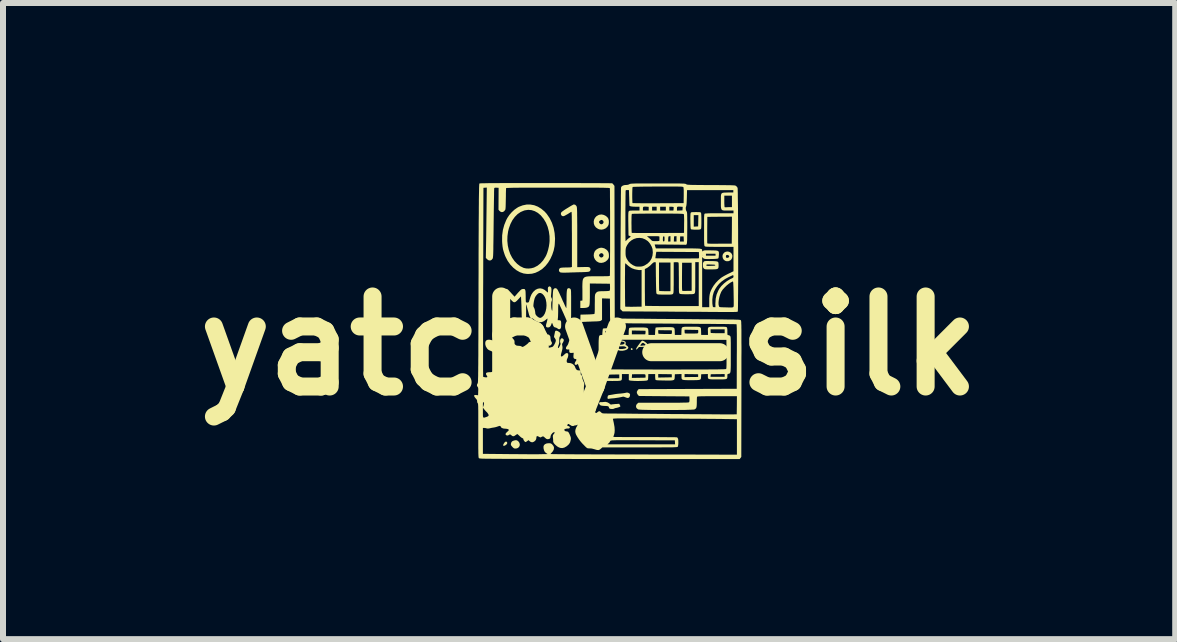
<source format=kicad_pcb>
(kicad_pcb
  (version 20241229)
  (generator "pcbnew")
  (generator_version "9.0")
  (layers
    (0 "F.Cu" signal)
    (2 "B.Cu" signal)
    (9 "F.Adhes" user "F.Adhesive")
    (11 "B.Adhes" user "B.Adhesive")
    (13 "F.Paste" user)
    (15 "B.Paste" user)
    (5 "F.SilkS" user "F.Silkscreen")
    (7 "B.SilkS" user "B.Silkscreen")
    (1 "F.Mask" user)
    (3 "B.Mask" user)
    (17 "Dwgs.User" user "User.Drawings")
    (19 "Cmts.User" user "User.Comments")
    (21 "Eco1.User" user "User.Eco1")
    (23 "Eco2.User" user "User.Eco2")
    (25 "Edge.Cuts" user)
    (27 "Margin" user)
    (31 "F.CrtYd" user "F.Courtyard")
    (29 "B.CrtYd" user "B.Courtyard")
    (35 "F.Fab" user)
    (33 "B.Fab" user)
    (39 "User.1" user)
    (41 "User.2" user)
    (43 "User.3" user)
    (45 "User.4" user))
  (footprint "yatchy-silk"
    (layer "F.Cu")
    (at 6.764 2.711)
    (property "Reference" "yatchy-silk" (at 0 0 0) (layer "F.SilkS") (effects (font (size 1.5 1.5) (thickness 0.3))))
    (attr board_only exclude_from_pos_files exclude_from_bom)
    (fp_poly (pts (xy 0.72 0.044) (xy 0.726 0.056) (xy 0.726 0.057) (xy 0.721 0.067) (xy 0.711 0.07) (xy 0.7 0.066) (xy 0.696 0.06) (xy 0.696 0.048) (xy 0.699 0.043) (xy 0.71 0.039)) (stroke (width 0) (type solid)) (fill yes) (layer "F.SilkS"))
    (fp_poly (pts (xy 1.114 0.03) (xy 1.12 0.039) (xy 1.12 0.041) (xy 1.115 0.053) (xy 1.104 0.059) (xy 1.092 0.057) (xy 1.088 0.054) (xy 1.083 0.044) (xy 1.089 0.035) (xy 1.09 0.034) (xy 1.102 0.027)) (stroke (width 0) (type solid)) (fill yes) (layer "F.SilkS"))
    (fp_poly (pts (xy -1.368 1.603) (xy -1.363 1.618) (xy -1.363 1.623) (xy -1.369 1.636) (xy -1.381 1.648) (xy -1.396 1.659) (xy -1.411 1.665) (xy -1.424 1.666) (xy -1.431 1.661) (xy -1.432 1.657) (xy -1.428 1.643) (xy -1.418 1.625) (xy -1.406 1.608) (xy -1.394 1.598) (xy -1.38 1.596)) (stroke (width 0) (type solid)) (fill yes) (layer "F.SilkS"))
    (fp_poly (pts (xy -1.043 -0.272) (xy -1.036 -0.257) (xy -1.032 -0.237) (xy -1.032 -0.216) (xy -1.034 -0.197) (xy -1.04 -0.183) (xy -1.049 -0.179) (xy -1.05 -0.179) (xy -1.058 -0.181) (xy -1.068 -0.185) (xy -1.082 -0.196) (xy -1.089 -0.213) (xy -1.091 -0.233) (xy -1.087 -0.252) (xy -1.078 -0.269) (xy -1.065 -0.278) (xy -1.052 -0.279)) (stroke (width 0) (type solid)) (fill yes) (layer "F.SilkS"))
    (fp_poly (pts (xy 0.003 0.254) (xy 0.014 0.262) (xy 0.015 0.265) (xy 0.015 0.281) (xy 0.007 0.301) (xy -0.007 0.32) (xy -0.016 0.327) (xy -0.036 0.34) (xy -0.05 0.343) (xy -0.062 0.337) (xy -0.062 0.336) (xy -0.068 0.323) (xy -0.07 0.303) (xy -0.066 0.284) (xy -0.063 0.28) (xy -0.051 0.266) (xy -0.033 0.256) (xy -0.014 0.252)) (stroke (width 0) (type solid)) (fill yes) (layer "F.SilkS"))
    (fp_poly (pts (xy -1.206 1.574) (xy -1.189 1.583) (xy -1.179 1.591) (xy -1.161 1.616) (xy -1.154 1.642) (xy -1.157 1.667) (xy -1.169 1.688) (xy -1.19 1.704) (xy -1.217 1.712) (xy -1.225 1.712) (xy -1.241 1.711) (xy -1.254 1.706) (xy -1.268 1.695) (xy -1.279 1.683) (xy -1.294 1.666) (xy -1.301 1.654) (xy -1.303 1.642) (xy -1.302 1.63) (xy -1.294 1.606) (xy -1.28 1.59) (xy -1.256 1.58) (xy -1.255 1.579) (xy -1.227 1.573)) (stroke (width 0) (type solid)) (fill yes) (layer "F.SilkS"))
    (fp_poly (pts (xy -0.669 -0.184) (xy -0.653 -0.169) (xy -0.645 -0.152) (xy -0.643 -0.128) (xy -0.643 -0.124) (xy -0.638 -0.091) (xy -0.63 -0.073) (xy -0.619 -0.052) (xy -0.62 -0.035) (xy -0.631 -0.018) (xy -0.633 -0.016) (xy -0.648 -0.004) (xy -0.662 -0.001) (xy -0.675 -0.005) (xy -0.689 -0.015) (xy -0.696 -0.033) (xy -0.696 -0.06) (xy -0.696 -0.061) (xy -0.695 -0.089) (xy -0.702 -0.111) (xy -0.703 -0.114) (xy -0.71 -0.135) (xy -0.71 -0.155) (xy -0.704 -0.173) (xy -0.695 -0.185) (xy -0.682 -0.189)) (stroke (width 0) (type solid)) (fill yes) (layer "F.SilkS"))
    (fp_poly (pts (xy -0.115 0.143) (xy -0.109 0.146) (xy -0.097 0.158) (xy -0.096 0.175) (xy -0.105 0.194) (xy -0.118 0.208) (xy -0.131 0.223) (xy -0.139 0.237) (xy -0.14 0.241) (xy -0.144 0.253) (xy -0.156 0.269) (xy -0.171 0.287) (xy -0.192 0.306) (xy -0.209 0.316) (xy -0.224 0.317) (xy -0.234 0.314) (xy -0.24 0.306) (xy -0.239 0.291) (xy -0.232 0.272) (xy -0.22 0.253) (xy -0.206 0.235) (xy -0.189 0.221) (xy -0.18 0.216) (xy -0.168 0.205) (xy -0.165 0.195) (xy -0.161 0.169) (xy -0.15 0.151) (xy -0.134 0.142)) (stroke (width 0) (type solid)) (fill yes) (layer "F.SilkS"))
    (fp_poly (pts (xy 2.331 -1.567) (xy 2.355 -1.555) (xy 2.374 -1.536) (xy 2.385 -1.511) (xy 2.387 -1.493) (xy 2.382 -1.462) (xy 2.369 -1.438) (xy 2.349 -1.421) (xy 2.32 -1.409) (xy 2.289 -1.409) (xy 2.268 -1.416) (xy 2.245 -1.432) (xy 2.23 -1.456) (xy 2.224 -1.479) (xy 2.279 -1.479) (xy 2.286 -1.468) (xy 2.302 -1.465) (xy 2.305 -1.465) (xy 2.321 -1.47) (xy 2.332 -1.478) (xy 2.335 -1.493) (xy 2.327 -1.505) (xy 2.311 -1.513) (xy 2.305 -1.514) (xy 2.291 -1.513) (xy 2.283 -1.506) (xy 2.281 -1.499) (xy 2.279 -1.479) (xy 2.224 -1.479) (xy 2.223 -1.484) (xy 2.225 -1.513) (xy 2.234 -1.532) (xy 2.253 -1.554) (xy 2.278 -1.567) (xy 2.305 -1.571)) (stroke (width 0) (type solid)) (fill yes) (layer "F.SilkS"))
    (fp_poly (pts (xy 0.246 -2.18) (xy 0.28 -2.163) (xy 0.307 -2.139) (xy 0.32 -2.119) (xy 0.328 -2.092) (xy 0.33 -2.06) (xy 0.327 -2.029) (xy 0.322 -2.01) (xy 0.302 -1.979) (xy 0.275 -1.956) (xy 0.241 -1.941) (xy 0.205 -1.935) (xy 0.169 -1.94) (xy 0.146 -1.95) (xy 0.114 -1.972) (xy 0.092 -2.001) (xy 0.08 -2.033) (xy 0.078 -2.062) (xy 0.165 -2.062) (xy 0.171 -2.047) (xy 0.183 -2.033) (xy 0.198 -2.024) (xy 0.202 -2.024) (xy 0.216 -2.027) (xy 0.228 -2.034) (xy 0.239 -2.048) (xy 0.241 -2.066) (xy 0.234 -2.082) (xy 0.218 -2.095) (xy 0.213 -2.097) (xy 0.197 -2.095) (xy 0.181 -2.086) (xy 0.169 -2.073) (xy 0.165 -2.062) (xy 0.078 -2.062) (xy 0.077 -2.067) (xy 0.083 -2.1) (xy 0.098 -2.131) (xy 0.122 -2.158) (xy 0.154 -2.177) (xy 0.174 -2.184) (xy 0.21 -2.188)) (stroke (width 0) (type solid)) (fill yes) (layer "F.SilkS"))
    (fp_poly (pts (xy 0.213 -1.634) (xy 0.253 -1.624) (xy 0.288 -1.603) (xy 0.308 -1.583) (xy 0.32 -1.564) (xy 0.327 -1.544) (xy 0.33 -1.521) (xy 0.331 -1.49) (xy 0.328 -1.467) (xy 0.319 -1.448) (xy 0.304 -1.428) (xy 0.304 -1.428) (xy 0.276 -1.404) (xy 0.242 -1.388) (xy 0.206 -1.381) (xy 0.171 -1.384) (xy 0.16 -1.388) (xy 0.126 -1.407) (xy 0.101 -1.435) (xy 0.084 -1.467) (xy 0.077 -1.503) (xy 0.078 -1.508) (xy 0.165 -1.508) (xy 0.171 -1.493) (xy 0.183 -1.479) (xy 0.198 -1.471) (xy 0.202 -1.47) (xy 0.216 -1.474) (xy 0.228 -1.48) (xy 0.239 -1.495) (xy 0.241 -1.512) (xy 0.234 -1.529) (xy 0.218 -1.541) (xy 0.213 -1.543) (xy 0.197 -1.542) (xy 0.181 -1.533) (xy 0.169 -1.519) (xy 0.165 -1.508) (xy 0.078 -1.508) (xy 0.081 -1.539) (xy 0.095 -1.574) (xy 0.097 -1.578) (xy 0.119 -1.601) (xy 0.149 -1.62) (xy 0.181 -1.632) (xy 0.212 -1.634)) (stroke (width 0) (type solid)) (fill yes) (layer "F.SilkS"))
    (fp_poly (pts (xy 0.306 0.942) (xy 0.333 0.957) (xy 0.341 0.964) (xy 0.355 0.976) (xy 0.369 0.979) (xy 0.374 0.978) (xy 0.388 0.975) (xy 0.411 0.973) (xy 0.438 0.97) (xy 0.446 0.97) (xy 0.502 0.966) (xy 0.512 0.985) (xy 0.519 0.999) (xy 0.522 1.008) (xy 0.522 1.008) (xy 0.516 1.014) (xy 0.502 1.021) (xy 0.482 1.028) (xy 0.462 1.033) (xy 0.459 1.034) (xy 0.44 1.037) (xy 0.426 1.042) (xy 0.424 1.043) (xy 0.409 1.05) (xy 0.387 1.053) (xy 0.365 1.052) (xy 0.352 1.05) (xy 0.336 1.042) (xy 0.331 1.032) (xy 0.329 1.02) (xy 0.323 1.011) (xy 0.31 1.006) (xy 0.289 1.003) (xy 0.26 1.002) (xy 0.229 1) (xy 0.208 0.997) (xy 0.193 0.993) (xy 0.185 0.988) (xy 0.171 0.972) (xy 0.166 0.957) (xy 0.172 0.944) (xy 0.185 0.938) (xy 0.2 0.938) (xy 0.22 0.939) (xy 0.242 0.936) (xy 0.244 0.936) (xy 0.274 0.934)) (stroke (width 0) (type solid)) (fill yes) (layer "F.SilkS"))
    (fp_poly (pts (xy 0.646 0.781) (xy 0.661 0.787) (xy 0.676 0.797) (xy 0.682 0.807) (xy 0.683 0.815) (xy 0.679 0.839) (xy 0.672 0.854) (xy 0.662 0.864) (xy 0.659 0.865) (xy 0.649 0.869) (xy 0.638 0.869) (xy 0.621 0.864) (xy 0.608 0.859) (xy 0.587 0.851) (xy 0.571 0.847) (xy 0.557 0.849) (xy 0.546 0.852) (xy 0.522 0.857) (xy 0.491 0.863) (xy 0.455 0.868) (xy 0.421 0.873) (xy 0.398 0.875) (xy 0.375 0.877) (xy 0.349 0.88) (xy 0.342 0.881) (xy 0.323 0.884) (xy 0.313 0.882) (xy 0.308 0.877) (xy 0.308 0.876) (xy 0.307 0.862) (xy 0.31 0.845) (xy 0.31 0.845) (xy 0.314 0.832) (xy 0.322 0.825) (xy 0.337 0.821) (xy 0.347 0.82) (xy 0.372 0.816) (xy 0.401 0.811) (xy 0.417 0.808) (xy 0.441 0.804) (xy 0.472 0.8) (xy 0.505 0.797) (xy 0.519 0.796) (xy 0.549 0.793) (xy 0.579 0.789) (xy 0.602 0.785) (xy 0.61 0.783) (xy 0.63 0.779)) (stroke (width 0) (type solid)) (fill yes) (layer "F.SilkS"))
    (fp_poly (pts (xy 0.913 -0.077) (xy 0.935 -0.063) (xy 0.948 -0.053) (xy 0.964 -0.039) (xy 0.982 -0.019) (xy 1 0.003) (xy 1.017 0.024) (xy 1.03 0.042) (xy 1.037 0.055) (xy 1.037 0.058) (xy 1.034 0.068) (xy 1.025 0.068) (xy 1.01 0.058) (xy 0.995 0.043) (xy 0.971 0.016) (xy 0.901 0.018) (xy 0.831 0.02) (xy 0.811 0.042) (xy 0.796 0.058) (xy 0.787 0.063) (xy 0.784 0.057) (xy 0.786 0.047) (xy 0.791 0.035) (xy 0.803 0.017) (xy 0.816 -0.004) (xy 0.854 -0.004) (xy 0.861 -0.001) (xy 0.877 -0.002) (xy 0.899 -0.005) (xy 0.921 -0.006) (xy 0.921 -0.006) (xy 0.937 -0.008) (xy 0.941 -0.015) (xy 0.933 -0.027) (xy 0.924 -0.035) (xy 0.906 -0.048) (xy 0.891 -0.049) (xy 0.876 -0.038) (xy 0.869 -0.03) (xy 0.857 -0.013) (xy 0.854 -0.004) (xy 0.816 -0.004) (xy 0.818 -0.006) (xy 0.836 -0.03) (xy 0.853 -0.053) (xy 0.868 -0.071) (xy 0.879 -0.083) (xy 0.882 -0.085) (xy 0.894 -0.085)) (stroke (width 0) (type solid)) (fill yes) (layer "F.SilkS"))
    (fp_poly (pts (xy 1.812 -2.227) (xy 1.835 -2.227) (xy 1.849 -2.225) (xy 1.858 -2.222) (xy 1.863 -2.218) (xy 1.865 -2.215) (xy 1.867 -2.205) (xy 1.869 -2.183) (xy 1.87 -2.152) (xy 1.871 -2.113) (xy 1.871 -2.079) (xy 1.871 -2.035) (xy 1.87 -2.002) (xy 1.869 -1.978) (xy 1.868 -1.962) (xy 1.865 -1.952) (xy 1.862 -1.946) (xy 1.861 -1.945) (xy 1.854 -1.94) (xy 1.841 -1.937) (xy 1.821 -1.935) (xy 1.791 -1.935) (xy 1.78 -1.935) (xy 1.75 -1.935) (xy 1.725 -1.937) (xy 1.707 -1.939) (xy 1.699 -1.941) (xy 1.696 -1.945) (xy 1.693 -1.954) (xy 1.691 -1.969) (xy 1.69 -1.991) (xy 1.689 -2.023) (xy 1.688 -2.065) (xy 1.688 -2.074) (xy 1.688 -2.081) (xy 1.744 -2.081) (xy 1.744 -1.985) (xy 1.78 -1.987) (xy 1.817 -1.989) (xy 1.819 -2.083) (xy 1.821 -2.177) (xy 1.782 -2.177) (xy 1.744 -2.177) (xy 1.744 -2.081) (xy 1.688 -2.081) (xy 1.687 -2.126) (xy 1.688 -2.167) (xy 1.689 -2.196) (xy 1.692 -2.212) (xy 1.693 -2.215) (xy 1.697 -2.22) (xy 1.703 -2.224) (xy 1.713 -2.226) (xy 1.731 -2.227) (xy 1.757 -2.227) (xy 1.779 -2.228)) (stroke (width 0) (type solid)) (fill yes) (layer "F.SilkS"))
    (fp_poly (pts (xy 2.001 -1.412) (xy 2.031 -1.412) (xy 2.074 -1.411) (xy 2.106 -1.409) (xy 2.129 -1.406) (xy 2.143 -1.401) (xy 2.152 -1.392) (xy 2.156 -1.379) (xy 2.157 -1.361) (xy 2.158 -1.342) (xy 2.157 -1.318) (xy 2.155 -1.301) (xy 2.149 -1.289) (xy 2.138 -1.281) (xy 2.12 -1.276) (xy 2.094 -1.274) (xy 2.058 -1.273) (xy 2.03 -1.273) (xy 1.992 -1.273) (xy 1.964 -1.273) (xy 1.945 -1.274) (xy 1.932 -1.276) (xy 1.924 -1.279) (xy 1.917 -1.284) (xy 1.912 -1.288) (xy 1.903 -1.299) (xy 1.899 -1.311) (xy 1.897 -1.33) (xy 1.897 -1.343) (xy 1.954 -1.343) (xy 1.954 -1.337) (xy 1.958 -1.334) (xy 1.966 -1.332) (xy 1.981 -1.331) (xy 2.005 -1.331) (xy 2.029 -1.332) (xy 2.061 -1.333) (xy 2.083 -1.334) (xy 2.096 -1.336) (xy 2.102 -1.34) (xy 2.103 -1.343) (xy 2.101 -1.347) (xy 2.094 -1.35) (xy 2.079 -1.352) (xy 2.055 -1.353) (xy 2.029 -1.354) (xy 1.997 -1.355) (xy 1.976 -1.355) (xy 1.963 -1.354) (xy 1.956 -1.351) (xy 1.954 -1.347) (xy 1.954 -1.343) (xy 1.897 -1.343) (xy 1.897 -1.346) (xy 1.897 -1.371) (xy 1.901 -1.387) (xy 1.907 -1.398) (xy 1.91 -1.401) (xy 1.915 -1.405) (xy 1.922 -1.409) (xy 1.932 -1.411) (xy 1.947 -1.412) (xy 1.97 -1.413)) (stroke (width 0) (type solid)) (fill yes) (layer "F.SilkS"))
    (fp_poly (pts (xy 0.572 -0.084) (xy 0.591 -0.076) (xy 0.605 -0.066) (xy 0.61 -0.056) (xy 0.61 -0.04) (xy 0.609 -0.038) (xy 0.608 -0.021) (xy 0.612 -0.012) (xy 0.617 -0.01) (xy 0.629 -0.003) (xy 0.643 0.009) (xy 0.643 0.01) (xy 0.652 0.022) (xy 0.654 0.033) (xy 0.65 0.042) (xy 0.637 0.057) (xy 0.614 0.07) (xy 0.585 0.078) (xy 0.553 0.083) (xy 0.52 0.082) (xy 0.491 0.076) (xy 0.485 0.073) (xy 0.465 0.064) (xy 0.465 0.014) (xy 0.464 -0.013) (xy 0.463 -0.037) (xy 0.462 -0.043) (xy 0.482 -0.043) (xy 0.483 -0.02) (xy 0.485 0.004) (xy 0.487 0.025) (xy 0.49 0.039) (xy 0.491 0.043) (xy 0.502 0.05) (xy 0.511 0.053) (xy 0.531 0.054) (xy 0.556 0.053) (xy 0.583 0.049) (xy 0.604 0.044) (xy 0.606 0.043) (xy 0.62 0.036) (xy 0.622 0.029) (xy 0.612 0.02) (xy 0.604 0.016) (xy 0.585 0.009) (xy 0.562 0.008) (xy 0.548 0.009) (xy 0.521 0.01) (xy 0.504 0.007) (xy 0.498 0.000218) (xy 0.502 -0.009) (xy 0.516 -0.017) (xy 0.541 -0.019) (xy 0.541 -0.019) (xy 0.564 -0.022) (xy 0.582 -0.03) (xy 0.591 -0.04) (xy 0.592 -0.052) (xy 0.582 -0.062) (xy 0.58 -0.063) (xy 0.566 -0.067) (xy 0.547 -0.07) (xy 0.525 -0.07) (xy 0.505 -0.069) (xy 0.49 -0.066) (xy 0.483 -0.062) (xy 0.483 -0.062) (xy 0.482 -0.043) (xy 0.462 -0.043) (xy 0.461 -0.054) (xy 0.461 -0.055) (xy 0.46 -0.068) (xy 0.465 -0.075) (xy 0.479 -0.081) (xy 0.509 -0.088) (xy 0.541 -0.089)) (stroke (width 0) (type solid)) (fill yes) (layer "F.SilkS"))
    (fp_poly (pts (xy -0.189 -0.376) (xy -0.177 -0.362) (xy -0.172 -0.344) (xy -0.172 -0.342) (xy -0.174 -0.327) (xy -0.181 -0.306) (xy -0.184 -0.298) (xy -0.194 -0.273) (xy -0.196 -0.254) (xy -0.19 -0.239) (xy -0.181 -0.23) (xy -0.171 -0.221) (xy -0.167 -0.211) (xy -0.166 -0.198) (xy -0.168 -0.176) (xy -0.173 -0.151) (xy -0.181 -0.127) (xy -0.192 -0.106) (xy -0.203 -0.093) (xy -0.211 -0.089) (xy -0.214 -0.086) (xy -0.21 -0.08) (xy -0.207 -0.072) (xy -0.206 -0.06) (xy -0.206 -0.039) (xy -0.209 -0.009) (xy -0.21 -0.004) (xy -0.213 0.028) (xy -0.214 0.051) (xy -0.214 0.069) (xy -0.211 0.084) (xy -0.208 0.094) (xy -0.202 0.118) (xy -0.198 0.145) (xy -0.196 0.171) (xy -0.197 0.195) (xy -0.201 0.211) (xy -0.204 0.217) (xy -0.214 0.221) (xy -0.216 0.222) (xy -0.224 0.22) (xy -0.237 0.218) (xy -0.25 0.213) (xy -0.258 0.2) (xy -0.261 0.178) (xy -0.259 0.149) (xy -0.256 0.115) (xy -0.286 0.119) (xy -0.31 0.119) (xy -0.325 0.112) (xy -0.33 0.096) (xy -0.33 0.08) (xy -0.329 0.066) (xy -0.333 0.061) (xy -0.345 0.061) (xy -0.348 0.062) (xy -0.369 0.061) (xy -0.382 0.053) (xy -0.386 0.038) (xy -0.38 0.019) (xy -0.366 0) (xy -0.356 -0.015) (xy -0.346 -0.037) (xy -0.341 -0.054) (xy -0.331 -0.082) (xy -0.323 -0.098) (xy -0.255 -0.098) (xy -0.249 -0.091) (xy -0.238 -0.089) (xy -0.226 -0.09) (xy -0.226 -0.094) (xy -0.232 -0.102) (xy -0.244 -0.11) (xy -0.252 -0.108) (xy -0.255 -0.098) (xy -0.323 -0.098) (xy -0.317 -0.111) (xy -0.308 -0.128) (xy -0.294 -0.155) (xy -0.282 -0.188) (xy -0.277 -0.207) (xy -0.27 -0.24) (xy -0.265 -0.262) (xy -0.261 -0.277) (xy -0.258 -0.288) (xy -0.255 -0.296) (xy -0.249 -0.313) (xy -0.246 -0.325) (xy -0.238 -0.345) (xy -0.227 -0.363) (xy -0.215 -0.377) (xy -0.205 -0.382)) (stroke (width 0) (type solid)) (fill yes) (layer "F.SilkS"))
    (fp_poly (pts (xy -0.23 -2.349) (xy -0.213 -2.332) (xy -0.206 -2.319) (xy -0.205 -2.314) (xy -0.203 -2.304) (xy -0.202 -2.291) (xy -0.201 -2.272) (xy -0.2 -2.248) (xy -0.199 -2.216) (xy -0.199 -2.177) (xy -0.198 -2.13) (xy -0.198 -2.074) (xy -0.197 -2.008) (xy -0.197 -1.93) (xy -0.197 -1.842) (xy -0.197 -1.804) (xy -0.197 -1.31) (xy -0.099 -1.312) (xy -0.062 -1.313) (xy -0.034 -1.313) (xy -0.016 -1.312) (xy -0.003 -1.31) (xy 0.005 -1.307) (xy 0.011 -1.303) (xy 0.012 -1.302) (xy 0.024 -1.284) (xy 0.024 -1.264) (xy 0.014 -1.246) (xy 0.01 -1.242) (xy 0.003 -1.238) (xy -0.005 -1.235) (xy -0.016 -1.232) (xy -0.033 -1.231) (xy -0.057 -1.229) (xy -0.089 -1.228) (xy -0.132 -1.226) (xy -0.151 -1.226) (xy -0.199 -1.225) (xy -0.249 -1.223) (xy -0.297 -1.222) (xy -0.34 -1.22) (xy -0.374 -1.219) (xy -0.379 -1.219) (xy -0.415 -1.218) (xy -0.445 -1.219) (xy -0.468 -1.221) (xy -0.479 -1.223) (xy -0.494 -1.234) (xy -0.502 -1.252) (xy -0.501 -1.271) (xy -0.492 -1.288) (xy -0.48 -1.297) (xy -0.467 -1.3) (xy -0.443 -1.303) (xy -0.413 -1.304) (xy -0.39 -1.305) (xy -0.359 -1.305) (xy -0.331 -1.306) (xy -0.311 -1.307) (xy -0.301 -1.309) (xy -0.286 -1.313) (xy -0.286 -1.774) (xy -0.286 -1.865) (xy -0.287 -1.943) (xy -0.287 -2.011) (xy -0.287 -2.068) (xy -0.288 -2.115) (xy -0.288 -2.153) (xy -0.289 -2.183) (xy -0.29 -2.205) (xy -0.291 -2.22) (xy -0.292 -2.229) (xy -0.294 -2.232) (xy -0.294 -2.232) (xy -0.303 -2.228) (xy -0.319 -2.218) (xy -0.341 -2.204) (xy -0.359 -2.193) (xy -0.391 -2.175) (xy -0.414 -2.163) (xy -0.431 -2.159) (xy -0.445 -2.161) (xy -0.457 -2.169) (xy -0.458 -2.17) (xy -0.469 -2.189) (xy -0.469 -2.21) (xy -0.46 -2.227) (xy -0.45 -2.235) (xy -0.432 -2.248) (xy -0.408 -2.265) (xy -0.38 -2.283) (xy -0.35 -2.301) (xy -0.321 -2.319) (xy -0.294 -2.335) (xy -0.272 -2.347) (xy -0.258 -2.354) (xy -0.253 -2.355)) (stroke (width 0) (type solid)) (fill yes) (layer "F.SilkS"))
    (fp_poly (pts (xy -0.914 -2.342) (xy -0.853 -2.318) (xy -0.796 -2.283) (xy -0.741 -2.237) (xy -0.705 -2.197) (xy -0.657 -2.127) (xy -0.619 -2.05) (xy -0.591 -1.967) (xy -0.574 -1.878) (xy -0.567 -1.785) (xy -0.572 -1.689) (xy -0.575 -1.658) (xy -0.59 -1.586) (xy -0.614 -1.515) (xy -0.645 -1.447) (xy -0.683 -1.385) (xy -0.727 -1.33) (xy -0.775 -1.285) (xy -0.782 -1.279) (xy -0.839 -1.242) (xy -0.895 -1.216) (xy -0.952 -1.201) (xy -1.012 -1.197) (xy -1.041 -1.198) (xy -1.07 -1.202) (xy -1.092 -1.205) (xy -1.152 -1.226) (xy -1.21 -1.259) (xy -1.264 -1.302) (xy -1.313 -1.354) (xy -1.356 -1.414) (xy -1.391 -1.481) (xy -1.404 -1.512) (xy -1.421 -1.563) (xy -1.434 -1.609) (xy -1.442 -1.656) (xy -1.447 -1.709) (xy -1.449 -1.744) (xy -1.449 -1.748) (xy -1.362 -1.748) (xy -1.354 -1.671) (xy -1.338 -1.599) (xy -1.314 -1.53) (xy -1.282 -1.468) (xy -1.243 -1.412) (xy -1.198 -1.365) (xy -1.147 -1.326) (xy -1.09 -1.298) (xy -1.086 -1.297) (xy -1.049 -1.289) (xy -1.006 -1.287) (xy -0.962 -1.292) (xy -0.92 -1.303) (xy -0.913 -1.306) (xy -0.859 -1.334) (xy -0.809 -1.374) (xy -0.765 -1.423) (xy -0.728 -1.481) (xy -0.712 -1.512) (xy -0.696 -1.554) (xy -0.681 -1.604) (xy -0.669 -1.658) (xy -0.661 -1.711) (xy -0.658 -1.747) (xy -0.659 -1.827) (xy -0.67 -1.906) (xy -0.69 -1.982) (xy -0.719 -2.052) (xy -0.757 -2.115) (xy -0.802 -2.17) (xy -0.805 -2.173) (xy -0.853 -2.214) (xy -0.905 -2.243) (xy -0.958 -2.26) (xy -1.013 -2.265) (xy -1.068 -2.257) (xy -1.083 -2.253) (xy -1.14 -2.229) (xy -1.191 -2.194) (xy -1.237 -2.148) (xy -1.277 -2.093) (xy -1.31 -2.029) (xy -1.336 -1.957) (xy -1.349 -1.905) (xy -1.36 -1.826) (xy -1.362 -1.748) (xy -1.449 -1.748) (xy -1.448 -1.84) (xy -1.436 -1.929) (xy -1.413 -2.014) (xy -1.38 -2.095) (xy -1.361 -2.131) (xy -1.329 -2.179) (xy -1.289 -2.225) (xy -1.244 -2.267) (xy -1.197 -2.3) (xy -1.171 -2.315) (xy -1.106 -2.34) (xy -1.042 -2.353) (xy -0.977 -2.353)) (stroke (width 0) (type solid)) (fill yes) (layer "F.SilkS"))
    (fp_poly (pts (xy -0.652 -0.988) (xy -0.649 -0.987) (xy -0.638 -0.978) (xy -0.63 -0.964) (xy -0.627 -0.944) (xy -0.627 -0.916) (xy -0.63 -0.881) (xy -0.633 -0.85) (xy -0.635 -0.83) (xy -0.634 -0.816) (xy -0.631 -0.807) (xy -0.627 -0.801) (xy -0.619 -0.781) (xy -0.619 -0.758) (xy -0.626 -0.737) (xy -0.63 -0.72) (xy -0.631 -0.694) (xy -0.631 -0.665) (xy -0.629 -0.635) (xy -0.625 -0.609) (xy -0.62 -0.591) (xy -0.619 -0.589) (xy -0.615 -0.584) (xy -0.613 -0.588) (xy -0.612 -0.601) (xy -0.611 -0.624) (xy -0.611 -0.672) (xy -0.609 -0.721) (xy -0.608 -0.769) (xy -0.606 -0.815) (xy -0.604 -0.856) (xy -0.602 -0.89) (xy -0.599 -0.916) (xy -0.597 -0.932) (xy -0.596 -0.935) (xy -0.582 -0.954) (xy -0.565 -0.96) (xy -0.55 -0.958) (xy -0.543 -0.954) (xy -0.535 -0.948) (xy -0.528 -0.939) (xy -0.519 -0.924) (xy -0.508 -0.902) (xy -0.494 -0.873) (xy -0.476 -0.833) (xy -0.47 -0.821) (xy -0.454 -0.785) (xy -0.438 -0.748) (xy -0.422 -0.715) (xy -0.41 -0.688) (xy -0.409 -0.684) (xy -0.398 -0.661) (xy -0.388 -0.641) (xy -0.382 -0.629) (xy -0.381 -0.627) (xy -0.379 -0.631) (xy -0.378 -0.647) (xy -0.377 -0.671) (xy -0.376 -0.704) (xy -0.376 -0.742) (xy -0.375 -0.764) (xy -0.375 -0.819) (xy -0.374 -0.863) (xy -0.372 -0.897) (xy -0.369 -0.922) (xy -0.366 -0.939) (xy -0.36 -0.95) (xy -0.355 -0.956) (xy -0.337 -0.961) (xy -0.318 -0.954) (xy -0.312 -0.948) (xy -0.309 -0.945) (xy -0.306 -0.94) (xy -0.304 -0.933) (xy -0.302 -0.923) (xy -0.301 -0.908) (xy -0.3 -0.887) (xy -0.3 -0.859) (xy -0.299 -0.823) (xy -0.299 -0.778) (xy -0.299 -0.721) (xy -0.299 -0.676) (xy -0.299 -0.612) (xy -0.299 -0.559) (xy -0.299 -0.516) (xy -0.3 -0.483) (xy -0.301 -0.457) (xy -0.301 -0.438) (xy -0.303 -0.425) (xy -0.305 -0.416) (xy -0.307 -0.409) (xy -0.31 -0.405) (xy -0.313 -0.402) (xy -0.327 -0.391) (xy -0.342 -0.391) (xy -0.342 -0.391) (xy -0.359 -0.399) (xy -0.371 -0.411) (xy -0.375 -0.422) (xy -0.378 -0.429) (xy -0.385 -0.446) (xy -0.396 -0.472) (xy -0.41 -0.503) (xy -0.426 -0.54) (xy -0.444 -0.579) (xy -0.462 -0.619) (xy -0.481 -0.659) (xy -0.482 -0.662) (xy -0.493 -0.685) (xy -0.5 -0.698) (xy -0.504 -0.702) (xy -0.508 -0.699) (xy -0.51 -0.694) (xy -0.512 -0.682) (xy -0.514 -0.661) (xy -0.515 -0.632) (xy -0.515 -0.602) (xy -0.515 -0.566) (xy -0.516 -0.529) (xy -0.517 -0.495) (xy -0.518 -0.476) (xy -0.523 -0.426) (xy -0.502 -0.426) (xy -0.485 -0.425) (xy -0.475 -0.42) (xy -0.468 -0.408) (xy -0.465 -0.388) (xy -0.465 -0.358) (xy -0.465 -0.355) (xy -0.465 -0.327) (xy -0.467 -0.308) (xy -0.47 -0.296) (xy -0.476 -0.288) (xy -0.477 -0.286) (xy -0.491 -0.276) (xy -0.505 -0.276) (xy -0.522 -0.285) (xy -0.527 -0.29) (xy -0.544 -0.3) (xy -0.559 -0.305) (xy -0.562 -0.305) (xy -0.579 -0.311) (xy -0.594 -0.327) (xy -0.605 -0.355) (xy -0.605 -0.355) (xy -0.611 -0.371) (xy -0.616 -0.381) (xy -0.617 -0.382) (xy -0.622 -0.376) (xy -0.627 -0.363) (xy -0.629 -0.356) (xy -0.642 -0.328) (xy -0.66 -0.311) (xy -0.683 -0.305) (xy -0.683 -0.305) (xy -0.702 -0.308) (xy -0.714 -0.315) (xy -0.718 -0.33) (xy -0.716 -0.352) (xy -0.707 -0.385) (xy -0.706 -0.387) (xy -0.7 -0.411) (xy -0.695 -0.431) (xy -0.694 -0.443) (xy -0.694 -0.452) (xy -0.697 -0.454) (xy -0.705 -0.447) (xy -0.714 -0.439) (xy -0.751 -0.411) (xy -0.789 -0.395) (xy -0.827 -0.393) (xy -0.866 -0.402) (xy -0.903 -0.424) (xy -0.918 -0.438) (xy -0.933 -0.451) (xy -0.943 -0.456) (xy -0.95 -0.453) (xy -0.959 -0.449) (xy -0.969 -0.457) (xy -0.985 -0.481) (xy -0.999 -0.513) (xy -1.005 -0.536) (xy -1.011 -0.559) (xy -1.018 -0.585) (xy -1.022 -0.598) (xy -1.029 -0.625) (xy -1.037 -0.656) (xy -1.039 -0.665) (xy -0.928 -0.665) (xy -0.926 -0.653) (xy -0.921 -0.641) (xy -0.917 -0.634) (xy -0.908 -0.614) (xy -0.902 -0.589) (xy -0.9 -0.578) (xy -0.897 -0.556) (xy -0.895 -0.538) (xy -0.894 -0.531) (xy -0.885 -0.513) (xy -0.868 -0.494) (xy -0.847 -0.477) (xy -0.826 -0.467) (xy -0.814 -0.465) (xy -0.802 -0.468) (xy -0.787 -0.476) (xy -0.783 -0.479) (xy -0.758 -0.503) (xy -0.738 -0.536) (xy -0.723 -0.577) (xy -0.713 -0.623) (xy -0.709 -0.672) (xy -0.712 -0.722) (xy -0.721 -0.769) (xy -0.722 -0.775) (xy -0.737 -0.812) (xy -0.757 -0.843) (xy -0.78 -0.866) (xy -0.804 -0.879) (xy -0.829 -0.88) (xy -0.829 -0.88) (xy -0.849 -0.871) (xy -0.869 -0.852) (xy -0.889 -0.827) (xy -0.904 -0.798) (xy -0.905 -0.796) (xy -0.912 -0.771) (xy -0.919 -0.741) (xy -0.924 -0.71) (xy -0.924 -0.709) (xy -0.927 -0.682) (xy -0.928 -0.665) (xy -1.039 -0.665) (xy -1.041 -0.671) (xy -1.043 -0.682) (xy -1.046 -0.688) (xy -1.047 -0.688) (xy -1.048 -0.681) (xy -1.049 -0.666) (xy -1.049 -0.642) (xy -1.049 -0.607) (xy -1.049 -0.561) (xy -1.049 -0.547) (xy -1.049 -0.503) (xy -1.049 -0.462) (xy -1.05 -0.427) (xy -1.051 -0.399) (xy -1.052 -0.381) (xy -1.053 -0.374) (xy -1.064 -0.362) (xy -1.081 -0.358) (xy -1.098 -0.361) (xy -1.112 -0.372) (xy -1.114 -0.375) (xy -1.115 -0.385) (xy -1.117 -0.405) (xy -1.119 -0.434) (xy -1.121 -0.47) (xy -1.123 -0.511) (xy -1.123 -0.539) (xy -1.125 -0.586) (xy -1.126 -0.634) (xy -1.127 -0.678) (xy -1.129 -0.717) (xy -1.13 -0.748) (xy -1.131 -0.757) (xy -1.134 -0.823) (xy -1.18 -0.774) (xy -1.205 -0.748) (xy -1.225 -0.732) (xy -1.242 -0.725) (xy -1.258 -0.728) (xy -1.275 -0.74) (xy -1.296 -0.761) (xy -1.299 -0.764) (xy -1.319 -0.784) (xy -1.331 -0.794) (xy -1.338 -0.794) (xy -1.338 -0.793) (xy -1.339 -0.784) (xy -1.34 -0.765) (xy -1.341 -0.737) (xy -1.341 -0.702) (xy -1.341 -0.662) (xy -1.341 -0.645) (xy -1.34 -0.599) (xy -1.34 -0.563) (xy -1.339 -0.537) (xy -1.337 -0.518) (xy -1.335 -0.503) (xy -1.332 -0.493) (xy -1.328 -0.483) (xy -1.327 -0.481) (xy -1.317 -0.461) (xy -1.304 -0.436) (xy -1.293 -0.415) (xy -1.279 -0.385) (xy -1.275 -0.363) (xy -1.28 -0.35) (xy -1.294 -0.344) (xy -1.299 -0.344) (xy -1.313 -0.346) (xy -1.325 -0.357) (xy -1.331 -0.366) (xy -1.343 -0.383) (xy -1.351 -0.388) (xy -1.359 -0.382) (xy -1.359 -0.382) (xy -1.369 -0.376) (xy -1.384 -0.377) (xy -1.401 -0.384) (xy -1.403 -0.386) (xy -1.408 -0.391) (xy -1.412 -0.398) (xy -1.415 -0.411) (xy -1.417 -0.43) (xy -1.419 -0.458) (xy -1.42 -0.486) (xy -1.422 -0.519) (xy -1.424 -0.546) (xy -1.427 -0.57) (xy -1.432 -0.593) (xy -1.44 -0.619) (xy -1.451 -0.648) (xy -1.466 -0.685) (xy -1.482 -0.725) (xy -1.496 -0.759) (xy -1.501 -0.785) (xy -1.5 -0.802) (xy -1.491 -0.811) (xy -1.475 -0.815) (xy -1.473 -0.815) (xy -1.454 -0.811) (xy -1.438 -0.798) (xy -1.436 -0.796) (xy -1.425 -0.783) (xy -1.417 -0.777) (xy -1.416 -0.776) (xy -1.415 -0.782) (xy -1.414 -0.799) (xy -1.413 -0.823) (xy -1.413 -0.852) (xy -1.413 -0.885) (xy -1.412 -0.908) (xy -1.41 -0.922) (xy -1.406 -0.932) (xy -1.401 -0.938) (xy -1.401 -0.938) (xy -1.385 -0.947) (xy -1.369 -0.947) (xy -1.35 -0.935) (xy -1.331 -0.915) (xy -1.309 -0.892) (xy -1.286 -0.866) (xy -1.271 -0.85) (xy -1.241 -0.818) (xy -1.208 -0.856) (xy -1.181 -0.887) (xy -1.16 -0.909) (xy -1.145 -0.925) (xy -1.133 -0.935) (xy -1.124 -0.941) (xy -1.115 -0.944) (xy -1.104 -0.946) (xy -1.103 -0.946) (xy -1.087 -0.947) (xy -1.075 -0.945) (xy -1.067 -0.936) (xy -1.061 -0.922) (xy -1.058 -0.898) (xy -1.057 -0.865) (xy -1.056 -0.828) (xy -1.056 -0.794) (xy -1.055 -0.765) (xy -1.054 -0.742) (xy -1.052 -0.729) (xy -1.051 -0.727) (xy -1.041 -0.721) (xy -1.025 -0.72) (xy -1.014 -0.722) (xy -1.007 -0.726) (xy -1.001 -0.735) (xy -0.996 -0.751) (xy -0.99 -0.773) (xy -0.975 -0.821) (xy -0.958 -0.859) (xy -0.936 -0.891) (xy -0.925 -0.904) (xy -0.891 -0.934) (xy -0.854 -0.951) (xy -0.816 -0.957) (xy -0.777 -0.95) (xy -0.74 -0.931) (xy -0.712 -0.908) (xy -0.698 -0.895) (xy -0.688 -0.889) (xy -0.686 -0.888) (xy -0.685 -0.896) (xy -0.685 -0.912) (xy -0.686 -0.931) (xy -0.687 -0.954) (xy -0.685 -0.968) (xy -0.681 -0.977) (xy -0.676 -0.982) (xy -0.664 -0.99)) (stroke (width 0) (type solid)) (fill yes) (layer "F.SilkS"))
    (fp_poly (pts (xy 2.124 -0.318) (xy 2.138 -0.318) (xy 2.186 -0.318) (xy 2.223 -0.318) (xy 2.25 -0.317) (xy 2.269 -0.316) (xy 2.282 -0.314) (xy 2.29 -0.311) (xy 2.294 -0.308) (xy 2.299 -0.3) (xy 2.302 -0.285) (xy 2.304 -0.263) (xy 2.304 -0.238) (xy 2.304 -0.21) (xy 2.305 -0.193) (xy 2.307 -0.183) (xy 2.311 -0.179) (xy 2.317 -0.178) (xy 2.32 -0.178) (xy 2.336 -0.174) (xy 2.348 -0.165) (xy 2.351 -0.162) (xy 2.354 -0.158) (xy 2.356 -0.151) (xy 2.358 -0.142) (xy 2.359 -0.128) (xy 2.36 -0.108) (xy 2.36 -0.082) (xy 2.361 -0.048) (xy 2.361 -0.006) (xy 2.361 0.047) (xy 2.361 0.111) (xy 2.361 0.142) (xy 2.361 0.213) (xy 2.361 0.273) (xy 2.361 0.323) (xy 2.36 0.363) (xy 2.359 0.394) (xy 2.357 0.418) (xy 2.355 0.436) (xy 2.351 0.448) (xy 2.347 0.456) (xy 2.342 0.461) (xy 2.335 0.464) (xy 2.327 0.466) (xy 2.323 0.467) (xy 2.312 0.47) (xy 2.306 0.475) (xy 2.304 0.487) (xy 2.304 0.505) (xy 2.304 0.522) (xy 2.302 0.535) (xy 2.298 0.544) (xy 2.289 0.551) (xy 2.275 0.556) (xy 2.253 0.558) (xy 2.223 0.56) (xy 2.182 0.56) (xy 2.14 0.56) (xy 2.091 0.56) (xy 2.053 0.56) (xy 2.024 0.558) (xy 2.005 0.555) (xy 1.992 0.551) (xy 1.984 0.543) (xy 1.98 0.533) (xy 1.979 0.52) (xy 1.979 0.516) (xy 2.023 0.516) (xy 2.141 0.516) (xy 2.259 0.516) (xy 2.259 0.493) (xy 2.259 0.471) (xy 2.143 0.472) (xy 2.027 0.474) (xy 2.025 0.495) (xy 2.023 0.516) (xy 1.979 0.516) (xy 1.979 0.505) (xy 1.979 0.47) (xy 1.924 0.472) (xy 1.868 0.474) (xy 1.866 0.514) (xy 1.865 0.532) (xy 1.863 0.546) (xy 1.858 0.556) (xy 1.849 0.563) (xy 1.834 0.568) (xy 1.812 0.571) (xy 1.781 0.572) (xy 1.74 0.573) (xy 1.702 0.573) (xy 1.653 0.573) (xy 1.615 0.572) (xy 1.586 0.57) (xy 1.566 0.567) (xy 1.553 0.562) (xy 1.545 0.554) (xy 1.541 0.542) (xy 1.54 0.527) (xy 1.54 0.512) (xy 1.54 0.496) (xy 1.591 0.496) (xy 1.591 0.522) (xy 1.704 0.52) (xy 1.817 0.519) (xy 1.817 0.496) (xy 1.817 0.474) (xy 1.704 0.472) (xy 1.591 0.471) (xy 1.591 0.496) (xy 1.54 0.496) (xy 1.54 0.47) (xy 1.484 0.472) (xy 1.429 0.474) (xy 1.427 0.517) (xy 1.426 0.536) (xy 1.424 0.551) (xy 1.419 0.562) (xy 1.411 0.569) (xy 1.397 0.574) (xy 1.376 0.577) (xy 1.347 0.579) (xy 1.308 0.579) (xy 1.258 0.578) (xy 1.254 0.578) (xy 1.207 0.577) (xy 1.171 0.576) (xy 1.145 0.575) (xy 1.127 0.573) (xy 1.115 0.571) (xy 1.109 0.568) (xy 1.107 0.566) (xy 1.104 0.555) (xy 1.102 0.536) (xy 1.101 0.514) (xy 1.101 0.5) (xy 1.152 0.5) (xy 1.152 0.529) (xy 1.265 0.527) (xy 1.378 0.525) (xy 1.378 0.5) (xy 1.378 0.474) (xy 1.265 0.472) (xy 1.152 0.471) (xy 1.152 0.5) (xy 1.101 0.5) (xy 1.101 0.471) (xy 1.044 0.471) (xy 0.987 0.471) (xy 0.985 0.52) (xy 0.984 0.545) (xy 0.982 0.561) (xy 0.978 0.57) (xy 0.971 0.575) (xy 0.967 0.577) (xy 0.955 0.58) (xy 0.933 0.582) (xy 0.903 0.584) (xy 0.868 0.585) (xy 0.829 0.586) (xy 0.791 0.586) (xy 0.754 0.585) (xy 0.723 0.583) (xy 0.698 0.581) (xy 0.683 0.579) (xy 0.682 0.579) (xy 0.662 0.572) (xy 0.662 0.535) (xy 0.712 0.535) (xy 0.825 0.533) (xy 0.939 0.531) (xy 0.941 0.516) (xy 0.941 0.498) (xy 0.939 0.487) (xy 0.938 0.482) (xy 0.935 0.478) (xy 0.928 0.475) (xy 0.917 0.474) (xy 0.899 0.473) (xy 0.871 0.473) (xy 0.834 0.473) (xy 0.826 0.473) (xy 0.716 0.474) (xy 0.714 0.505) (xy 0.712 0.535) (xy 0.662 0.535) (xy 0.662 0.521) (xy 0.662 0.471) (xy 0.605 0.471) (xy 0.547 0.471) (xy 0.547 0.518) (xy 0.547 0.539) (xy 0.546 0.554) (xy 0.543 0.566) (xy 0.536 0.575) (xy 0.524 0.58) (xy 0.505 0.583) (xy 0.478 0.585) (xy 0.442 0.585) (xy 0.394 0.586) (xy 0.382 0.586) (xy 0.335 0.585) (xy 0.299 0.585) (xy 0.273 0.585) (xy 0.255 0.584) (xy 0.243 0.582) (xy 0.236 0.58) (xy 0.231 0.576) (xy 0.229 0.573) (xy 0.226 0.561) (xy 0.224 0.541) (xy 0.267 0.541) (xy 0.385 0.541) (xy 0.503 0.541) (xy 0.503 0.509) (xy 0.503 0.477) (xy 0.387 0.479) (xy 0.27 0.481) (xy 0.269 0.511) (xy 0.267 0.541) (xy 0.224 0.541) (xy 0.224 0.54) (xy 0.223 0.516) (xy 0.223 0.493) (xy 0.221 0.48) (xy 0.217 0.473) (xy 0.21 0.469) (xy 0.204 0.468) (xy 0.187 0.462) (xy 0.174 0.451) (xy 0.167 0.435) (xy 0.162 0.409) (xy 0.16 0.378) (xy 0.159 0.352) (xy 0.157 0.332) (xy 0.155 0.32) (xy 0.154 0.318) (xy 0.147 0.322) (xy 0.141 0.327) (xy 0.126 0.338) (xy 0.105 0.35) (xy 0.08 0.363) (xy 0.053 0.375) (xy 0.029 0.385) (xy 0.01 0.392) (xy 0.001 0.393) (xy -0.013 0.387) (xy -0.018 0.374) (xy -0.015 0.358) (xy -0.005 0.346) (xy 0.007 0.336) (xy 0.028 0.324) (xy 0.053 0.31) (xy 0.079 0.296) (xy 0.093 0.29) (xy 0.244 0.29) (xy 0.245 0.298) (xy 0.257 0.299) (xy 0.28 0.293) (xy 0.289 0.289) (xy 0.313 0.276) (xy 0.336 0.256) (xy 0.356 0.234) (xy 0.369 0.212) (xy 0.375 0.192) (xy 0.374 0.187) (xy 0.369 0.184) (xy 0.356 0.19) (xy 0.337 0.201) (xy 0.314 0.217) (xy 0.29 0.237) (xy 0.272 0.254) (xy 0.252 0.275) (xy 0.244 0.29) (xy 0.093 0.29) (xy 0.105 0.283) (xy 0.128 0.274) (xy 0.143 0.268) (xy 0.147 0.267) (xy 0.15 0.267) (xy 0.153 0.265) (xy 0.155 0.259) (xy 0.157 0.249) (xy 0.158 0.234) (xy 0.158 0.212) (xy 0.159 0.181) (xy 0.159 0.141) (xy 0.159 0.102) (xy 0.235 0.102) (xy 0.236 0.142) (xy 0.236 0.17) (xy 0.238 0.188) (xy 0.24 0.198) (xy 0.243 0.2) (xy 0.243 0.2) (xy 0.252 0.194) (xy 0.268 0.182) (xy 0.287 0.168) (xy 0.29 0.166) (xy 0.312 0.149) (xy 0.334 0.131) (xy 0.349 0.117) (xy 0.363 0.103) (xy 0.367 0.093) (xy 0.365 0.083) (xy 0.365 0.081) (xy 0.347 0.054) (xy 0.322 0.029) (xy 0.293 0.011) (xy 0.263 0.001) (xy 0.251 0) (xy 0.235 0) (xy 0.235 0.102) (xy 0.159 0.102) (xy 0.159 0.09) (xy 0.159 0.059) (xy 0.159 -0.002) (xy 0.159 -0.051) (xy 0.16 -0.09) (xy 0.161 -0.102) (xy 0.235 -0.102) (xy 0.237 -0.075) (xy 0.239 -0.058) (xy 0.244 -0.049) (xy 0.256 -0.045) (xy 0.265 -0.044) (xy 0.307 -0.03) (xy 0.347 -0.006) (xy 0.381 0.026) (xy 0.407 0.066) (xy 0.411 0.075) (xy 0.424 0.118) (xy 0.425 0.164) (xy 0.414 0.211) (xy 0.401 0.241) (xy 0.382 0.271) (xy 0.361 0.295) (xy 0.334 0.314) (xy 0.299 0.33) (xy 0.255 0.344) (xy 0.243 0.347) (xy 0.238 0.355) (xy 0.236 0.368) (xy 0.236 0.382) (xy 0.24 0.39) (xy 0.246 0.391) (xy 0.265 0.391) (xy 0.295 0.392) (xy 0.336 0.392) (xy 0.387 0.393) (xy 0.447 0.393) (xy 0.516 0.393) (xy 0.593 0.394) (xy 0.677 0.394) (xy 0.768 0.394) (xy 0.865 0.394) (xy 0.967 0.394) (xy 1.073 0.395) (xy 1.184 0.395) (xy 1.26 0.395) (xy 1.396 0.395) (xy 1.52 0.395) (xy 1.632 0.394) (xy 1.733 0.394) (xy 1.823 0.394) (xy 1.903 0.394) (xy 1.974 0.394) (xy 2.036 0.393) (xy 2.09 0.393) (xy 2.136 0.393) (xy 2.174 0.392) (xy 2.206 0.391) (xy 2.231 0.391) (xy 2.251 0.39) (xy 2.265 0.389) (xy 2.276 0.388) (xy 2.282 0.387) (xy 2.284 0.386) (xy 2.286 0.379) (xy 2.288 0.363) (xy 2.289 0.338) (xy 2.29 0.303) (xy 2.29 0.257) (xy 2.29 0.2) (xy 2.29 0.139) (xy 2.288 -0.099) (xy 1.261 -0.1) (xy 0.235 -0.102) (xy 0.161 -0.102) (xy 0.162 -0.12) (xy 0.164 -0.142) (xy 0.167 -0.158) (xy 0.172 -0.168) (xy 0.178 -0.174) (xy 0.185 -0.177) (xy 0.195 -0.179) (xy 0.199 -0.179) (xy 0.22 -0.181) (xy 0.222 -0.221) (xy 0.267 -0.221) (xy 0.268 -0.203) (xy 0.271 -0.191) (xy 0.272 -0.189) (xy 0.279 -0.187) (xy 0.297 -0.186) (xy 0.324 -0.186) (xy 0.357 -0.186) (xy 0.388 -0.186) (xy 0.5 -0.188) (xy 0.502 -0.218) (xy 0.503 -0.248) (xy 0.385 -0.248) (xy 0.267 -0.248) (xy 0.267 -0.221) (xy 0.222 -0.221) (xy 0.223 -0.229) (xy 0.225 -0.253) (xy 0.228 -0.273) (xy 0.231 -0.284) (xy 0.231 -0.285) (xy 0.236 -0.288) (xy 0.248 -0.29) (xy 0.269 -0.291) (xy 0.298 -0.292) (xy 0.339 -0.293) (xy 0.384 -0.293) (xy 0.434 -0.293) (xy 0.472 -0.293) (xy 0.501 -0.291) (xy 0.521 -0.288) (xy 0.534 -0.283) (xy 0.542 -0.276) (xy 0.546 -0.264) (xy 0.548 -0.249) (xy 0.549 -0.229) (xy 0.549 -0.223) (xy 0.551 -0.181) (xy 0.605 -0.181) (xy 0.659 -0.181) (xy 0.66 -0.223) (xy 0.713 -0.223) (xy 0.713 -0.191) (xy 0.824 -0.191) (xy 0.935 -0.191) (xy 0.939 -0.206) (xy 0.941 -0.225) (xy 0.941 -0.236) (xy 0.939 -0.251) (xy 0.826 -0.253) (xy 0.713 -0.255) (xy 0.713 -0.223) (xy 0.66 -0.223) (xy 0.66 -0.235) (xy 0.662 -0.264) (xy 0.665 -0.283) (xy 0.669 -0.294) (xy 0.673 -0.298) (xy 0.681 -0.3) (xy 0.697 -0.303) (xy 0.722 -0.304) (xy 0.757 -0.305) (xy 0.804 -0.305) (xy 0.822 -0.305) (xy 0.871 -0.305) (xy 0.91 -0.305) (xy 0.939 -0.303) (xy 0.959 -0.3) (xy 0.973 -0.294) (xy 0.981 -0.285) (xy 0.985 -0.273) (xy 0.987 -0.256) (xy 0.988 -0.234) (xy 0.988 -0.232) (xy 0.99 -0.181) (xy 1.044 -0.181) (xy 1.098 -0.181) (xy 1.101 -0.234) (xy 1.152 -0.234) (xy 1.153 -0.216) (xy 1.155 -0.204) (xy 1.156 -0.202) (xy 1.164 -0.2) (xy 1.182 -0.199) (xy 1.208 -0.198) (xy 1.241 -0.197) (xy 1.267 -0.197) (xy 1.374 -0.197) (xy 1.378 -0.213) (xy 1.381 -0.231) (xy 1.38 -0.243) (xy 1.378 -0.258) (xy 1.265 -0.259) (xy 1.152 -0.261) (xy 1.152 -0.234) (xy 1.101 -0.234) (xy 1.101 -0.24) (xy 1.103 -0.266) (xy 1.106 -0.287) (xy 1.108 -0.301) (xy 1.109 -0.303) (xy 1.117 -0.305) (xy 1.136 -0.307) (xy 1.163 -0.308) (xy 1.197 -0.309) (xy 1.237 -0.31) (xy 1.255 -0.311) (xy 1.306 -0.311) (xy 1.345 -0.311) (xy 1.375 -0.31) (xy 1.396 -0.307) (xy 1.41 -0.302) (xy 1.419 -0.294) (xy 1.424 -0.281) (xy 1.426 -0.265) (xy 1.427 -0.244) (xy 1.427 -0.237) (xy 1.429 -0.181) (xy 1.483 -0.181) (xy 1.537 -0.181) (xy 1.539 -0.238) (xy 1.539 -0.24) (xy 1.591 -0.24) (xy 1.592 -0.222) (xy 1.594 -0.21) (xy 1.595 -0.208) (xy 1.603 -0.206) (xy 1.621 -0.205) (xy 1.647 -0.204) (xy 1.677 -0.204) (xy 1.709 -0.204) (xy 1.741 -0.204) (xy 1.77 -0.205) (xy 1.794 -0.206) (xy 1.809 -0.208) (xy 1.813 -0.209) (xy 1.818 -0.22) (xy 1.819 -0.239) (xy 1.817 -0.264) (xy 1.704 -0.266) (xy 1.591 -0.268) (xy 1.591 -0.24) (xy 1.539 -0.24) (xy 1.54 -0.263) (xy 1.541 -0.282) (xy 1.544 -0.296) (xy 1.551 -0.306) (xy 1.564 -0.312) (xy 1.582 -0.316) (xy 1.609 -0.318) (xy 1.645 -0.318) (xy 1.692 -0.318) (xy 1.702 -0.318) (xy 1.752 -0.318) (xy 1.79 -0.318) (xy 1.818 -0.316) (xy 1.838 -0.313) (xy 1.852 -0.307) (xy 1.86 -0.298) (xy 1.864 -0.285) (xy 1.865 -0.267) (xy 1.866 -0.243) (xy 1.866 -0.238) (xy 1.868 -0.181) (xy 1.925 -0.181) (xy 1.981 -0.181) (xy 1.98 -0.237) (xy 1.98 -0.246) (xy 2.024 -0.246) (xy 2.025 -0.228) (xy 2.027 -0.216) (xy 2.028 -0.214) (xy 2.036 -0.213) (xy 2.054 -0.212) (xy 2.08 -0.211) (xy 2.113 -0.21) (xy 2.146 -0.21) (xy 2.259 -0.21) (xy 2.259 -0.242) (xy 2.259 -0.274) (xy 2.142 -0.274) (xy 2.024 -0.274) (xy 2.024 -0.246) (xy 1.98 -0.246) (xy 1.979 -0.262) (xy 1.979 -0.281) (xy 1.982 -0.296) (xy 1.988 -0.306) (xy 1.999 -0.312) (xy 2.017 -0.316) (xy 2.042 -0.318) (xy 2.078 -0.318)) (stroke (width 0) (type solid)) (fill yes) (layer "F.SilkS"))
    (fp_poly (pts (xy 1.233 -2.705) (xy 1.309 -2.705) (xy 1.373 -2.705) (xy 1.428 -2.704) (xy 1.473 -2.704) (xy 1.51 -2.704) (xy 1.539 -2.703) (xy 1.563 -2.702) (xy 1.58 -2.702) (xy 1.593 -2.7) (xy 1.603 -2.699) (xy 1.609 -2.697) (xy 1.614 -2.695) (xy 1.617 -2.693) (xy 1.618 -2.692) (xy 1.622 -2.69) (xy 1.626 -2.687) (xy 1.633 -2.686) (xy 1.642 -2.684) (xy 1.655 -2.683) (xy 1.672 -2.682) (xy 1.696 -2.681) (xy 1.726 -2.68) (xy 1.764 -2.68) (xy 1.81 -2.679) (xy 1.866 -2.679) (xy 1.933 -2.678) (xy 2.011 -2.678) (xy 2.032 -2.678) (xy 2.113 -2.678) (xy 2.182 -2.677) (xy 2.241 -2.677) (xy 2.29 -2.676) (xy 2.329 -2.676) (xy 2.361 -2.675) (xy 2.386 -2.674) (xy 2.406 -2.673) (xy 2.42 -2.672) (xy 2.43 -2.671) (xy 2.437 -2.669) (xy 2.442 -2.667) (xy 2.446 -2.664) (xy 2.448 -2.663) (xy 2.463 -2.649) (xy 2.473 -2.634) (xy 2.473 -2.634) (xy 2.475 -2.626) (xy 2.476 -2.605) (xy 2.477 -2.574) (xy 2.478 -2.533) (xy 2.478 -2.482) (xy 2.479 -2.422) (xy 2.48 -2.355) (xy 2.481 -2.281) (xy 2.481 -2.201) (xy 2.482 -2.116) (xy 2.482 -2.026) (xy 2.483 -1.933) (xy 2.483 -1.837) (xy 2.483 -1.739) (xy 2.484 -1.639) (xy 2.484 -1.54) (xy 2.484 -1.441) (xy 2.484 -1.343) (xy 2.484 -1.248) (xy 2.484 -1.156) (xy 2.484 -1.067) (xy 2.483 -0.983) (xy 2.483 -0.904) (xy 2.482 -0.832) (xy 2.482 -0.767) (xy 2.481 -0.71) (xy 2.481 -0.661) (xy 2.48 -0.622) (xy 2.479 -0.594) (xy 2.478 -0.577) (xy 2.477 -0.572) (xy 2.475 -0.57) (xy 2.474 -0.569) (xy 2.471 -0.567) (xy 2.467 -0.566) (xy 2.461 -0.565) (xy 2.451 -0.565) (xy 2.438 -0.564) (xy 2.421 -0.564) (xy 2.399 -0.563) (xy 2.371 -0.563) (xy 2.336 -0.563) (xy 2.295 -0.563) (xy 2.245 -0.563) (xy 2.187 -0.563) (xy 2.121 -0.564) (xy 2.044 -0.564) (xy 1.957 -0.565) (xy 1.858 -0.566) (xy 1.748 -0.566) (xy 1.725 -0.566) (xy 1.629 -0.567) (xy 1.532 -0.568) (xy 1.434 -0.568) (xy 1.339 -0.569) (xy 1.246 -0.57) (xy 1.157 -0.57) (xy 1.074 -0.571) (xy 0.998 -0.571) (xy 0.931 -0.571) (xy 0.873 -0.572) (xy 0.827 -0.572) (xy 0.825 -0.572) (xy 0.559 -0.573) (xy 0.54 -0.592) (xy 0.52 -0.611) (xy 0.522 -1.027) (xy 0.598 -1.027) (xy 0.598 -0.968) (xy 0.599 -0.911) (xy 0.599 -0.856) (xy 0.599 -0.805) (xy 0.6 -0.759) (xy 0.6 -0.719) (xy 0.601 -0.688) (xy 0.601 -0.666) (xy 0.602 -0.654) (xy 0.603 -0.653) (xy 0.61 -0.652) (xy 0.628 -0.651) (xy 0.655 -0.651) (xy 0.689 -0.65) (xy 0.728 -0.65) (xy 0.741 -0.651) (xy 0.875 -0.652) (xy 0.875 -0.958) (xy 0.875 -1.263) (xy 0.856 -1.262) (xy 0.828 -1.262) (xy 0.793 -1.268) (xy 0.756 -1.276) (xy 0.749 -1.279) (xy 0.929 -1.279) (xy 0.929 -0.975) (xy 0.929 -0.914) (xy 0.93 -0.856) (xy 0.93 -0.805) (xy 0.93 -0.759) (xy 0.931 -0.721) (xy 0.932 -0.692) (xy 0.933 -0.673) (xy 0.933 -0.666) (xy 0.933 -0.666) (xy 0.94 -0.665) (xy 0.959 -0.665) (xy 0.988 -0.664) (xy 1.027 -0.664) (xy 1.075 -0.663) (xy 1.13 -0.663) (xy 1.191 -0.662) (xy 1.258 -0.662) (xy 1.33 -0.662) (xy 1.382 -0.662) (xy 1.827 -0.662) (xy 1.827 -1.028) (xy 1.827 -1.394) (xy 1.798 -1.394) (xy 1.769 -1.394) (xy 1.769 -1.139) (xy 1.769 -1.076) (xy 1.769 -1.023) (xy 1.769 -0.982) (xy 1.768 -0.949) (xy 1.768 -0.924) (xy 1.767 -0.905) (xy 1.765 -0.893) (xy 1.764 -0.884) (xy 1.761 -0.878) (xy 1.758 -0.874) (xy 1.757 -0.872) (xy 1.751 -0.867) (xy 1.744 -0.864) (xy 1.733 -0.862) (xy 1.717 -0.86) (xy 1.693 -0.86) (xy 1.66 -0.859) (xy 1.631 -0.859) (xy 1.59 -0.859) (xy 1.559 -0.86) (xy 1.537 -0.861) (xy 1.523 -0.863) (xy 1.513 -0.866) (xy 1.507 -0.87) (xy 1.507 -0.87) (xy 1.504 -0.873) (xy 1.502 -0.878) (xy 1.5 -0.886) (xy 1.498 -0.898) (xy 1.497 -0.915) (xy 1.497 -0.938) (xy 1.496 -0.97) (xy 1.496 -1.01) (xy 1.496 -1.061) (xy 1.496 -1.085) (xy 1.548 -1.085) (xy 1.548 -1.028) (xy 1.548 -0.982) (xy 1.549 -0.948) (xy 1.551 -0.926) (xy 1.552 -0.917) (xy 1.553 -0.917) (xy 1.561 -0.915) (xy 1.58 -0.914) (xy 1.606 -0.914) (xy 1.634 -0.915) (xy 1.709 -0.916) (xy 1.709 -1.15) (xy 1.709 -1.384) (xy 1.629 -1.384) (xy 1.55 -1.384) (xy 1.548 -1.152) (xy 1.548 -1.085) (xy 1.496 -1.085) (xy 1.496 -1.122) (xy 1.496 -1.129) (xy 1.495 -1.184) (xy 1.495 -1.236) (xy 1.494 -1.282) (xy 1.494 -1.321) (xy 1.493 -1.353) (xy 1.492 -1.375) (xy 1.49 -1.385) (xy 1.49 -1.386) (xy 1.481 -1.391) (xy 1.46 -1.393) (xy 1.447 -1.393) (xy 1.41 -1.391) (xy 1.41 -1.135) (xy 1.41 -1.071) (xy 1.41 -1.019) (xy 1.409 -0.977) (xy 1.409 -0.944) (xy 1.408 -0.919) (xy 1.407 -0.9) (xy 1.406 -0.887) (xy 1.404 -0.878) (xy 1.402 -0.872) (xy 1.399 -0.868) (xy 1.398 -0.866) (xy 1.393 -0.862) (xy 1.387 -0.858) (xy 1.377 -0.856) (xy 1.363 -0.854) (xy 1.342 -0.853) (xy 1.313 -0.853) (xy 1.273 -0.853) (xy 1.264 -0.853) (xy 1.22 -0.853) (xy 1.186 -0.854) (xy 1.162 -0.855) (xy 1.146 -0.857) (xy 1.135 -0.86) (xy 1.13 -0.863) (xy 1.127 -0.866) (xy 1.124 -0.87) (xy 1.122 -0.876) (xy 1.12 -0.886) (xy 1.119 -0.901) (xy 1.118 -0.922) (xy 1.117 -0.95) (xy 1.116 -0.986) (xy 1.115 -1.033) (xy 1.114 -1.089) (xy 1.114 -1.132) (xy 1.113 -1.153) (xy 1.165 -1.153) (xy 1.165 -1.1) (xy 1.165 -1.05) (xy 1.166 -1.006) (xy 1.166 -0.969) (xy 1.167 -0.941) (xy 1.168 -0.922) (xy 1.169 -0.914) (xy 1.169 -0.914) (xy 1.176 -0.913) (xy 1.194 -0.912) (xy 1.22 -0.911) (xy 1.252 -0.91) (xy 1.264 -0.91) (xy 1.356 -0.91) (xy 1.356 -1.149) (xy 1.356 -1.387) (xy 1.26 -1.387) (xy 1.165 -1.387) (xy 1.165 -1.153) (xy 1.113 -1.153) (xy 1.111 -1.391) (xy 1.093 -1.393) (xy 1.083 -1.392) (xy 1.072 -1.387) (xy 1.057 -1.375) (xy 1.037 -1.356) (xy 1.036 -1.354) (xy 1.013 -1.332) (xy 0.988 -1.313) (xy 0.967 -1.298) (xy 0.963 -1.296) (xy 0.929 -1.279) (xy 0.749 -1.279) (xy 0.724 -1.288) (xy 0.715 -1.291) (xy 0.691 -1.305) (xy 0.664 -1.324) (xy 0.642 -1.342) (xy 0.624 -1.358) (xy 0.61 -1.369) (xy 0.603 -1.375) (xy 0.602 -1.375) (xy 0.601 -1.369) (xy 0.601 -1.351) (xy 0.6 -1.324) (xy 0.599 -1.288) (xy 0.599 -1.244) (xy 0.599 -1.195) (xy 0.598 -1.142) (xy 0.598 -1.085) (xy 0.598 -1.027) (xy 0.522 -1.027) (xy 0.524 -1.559) (xy 0.608 -1.559) (xy 0.608 -1.528) (xy 0.61 -1.505) (xy 0.613 -1.487) (xy 0.619 -1.47) (xy 0.626 -1.453) (xy 0.652 -1.411) (xy 0.688 -1.373) (xy 0.731 -1.343) (xy 0.776 -1.323) (xy 0.791 -1.321) (xy 0.813 -1.319) (xy 0.838 -1.319) (xy 0.84 -1.319) (xy 0.87 -1.321) (xy 0.894 -1.326) (xy 0.92 -1.336) (xy 0.931 -1.342) (xy 0.976 -1.371) (xy 1.013 -1.408) (xy 1.04 -1.452) (xy 1.042 -1.458) (xy 1.104 -1.458) (xy 1.273 -1.456) (xy 1.311 -1.456) (xy 1.355 -1.455) (xy 1.405 -1.455) (xy 1.458 -1.455) (xy 1.513 -1.455) (xy 1.568 -1.455) (xy 1.622 -1.455) (xy 1.673 -1.455) (xy 1.719 -1.456) (xy 1.759 -1.456) (xy 1.791 -1.456) (xy 1.814 -1.456) (xy 1.825 -1.457) (xy 1.825 -1.457) (xy 1.829 -1.461) (xy 1.832 -1.473) (xy 1.832 -1.494) (xy 1.832 -1.51) (xy 1.832 -1.512) (xy 1.884 -1.512) (xy 1.887 -1.508) (xy 1.89 -1.512) (xy 1.887 -1.515) (xy 1.884 -1.512) (xy 1.832 -1.512) (xy 1.831 -1.518) (xy 1.947 -1.518) (xy 1.947 -1.502) (xy 2.027 -1.502) (xy 2.107 -1.502) (xy 2.107 -1.518) (xy 2.107 -1.534) (xy 2.027 -1.534) (xy 1.947 -1.534) (xy 1.947 -1.518) (xy 1.831 -1.518) (xy 1.83 -1.562) (xy 1.475 -1.564) (xy 1.12 -1.566) (xy 1.118 -1.551) (xy 1.115 -1.537) (xy 1.112 -1.516) (xy 1.109 -1.497) (xy 1.104 -1.458) (xy 1.042 -1.458) (xy 1.056 -1.501) (xy 1.062 -1.554) (xy 1.057 -1.61) (xy 1.053 -1.625) (xy 1.04 -1.659) (xy 1.023 -1.688) (xy 1.093 -1.688) (xy 1.097 -1.672) (xy 1.103 -1.652) (xy 1.107 -1.639) (xy 1.113 -1.623) (xy 1.484 -1.623) (xy 1.566 -1.623) (xy 1.635 -1.623) (xy 1.693 -1.623) (xy 1.742 -1.622) (xy 1.781 -1.621) (xy 1.813 -1.62) (xy 1.837 -1.619) (xy 1.855 -1.616) (xy 1.868 -1.613) (xy 1.876 -1.61) (xy 1.881 -1.606) (xy 1.883 -1.6) (xy 1.884 -1.594) (xy 1.884 -1.588) (xy 1.885 -1.575) (xy 1.891 -1.574) (xy 1.901 -1.582) (xy 1.906 -1.585) (xy 1.915 -1.588) (xy 1.929 -1.59) (xy 1.95 -1.59) (xy 1.98 -1.59) (xy 2.021 -1.59) (xy 2.028 -1.59) (xy 2.073 -1.589) (xy 2.107 -1.588) (xy 2.131 -1.585) (xy 2.147 -1.58) (xy 2.157 -1.572) (xy 2.162 -1.56) (xy 2.163 -1.543) (xy 2.163 -1.52) (xy 2.162 -1.513) (xy 2.16 -1.486) (xy 2.157 -1.466) (xy 2.152 -1.456) (xy 2.144 -1.453) (xy 2.127 -1.45) (xy 2.1 -1.448) (xy 2.061 -1.446) (xy 2.042 -1.446) (xy 1.998 -1.445) (xy 1.966 -1.445) (xy 1.942 -1.446) (xy 1.925 -1.449) (xy 1.913 -1.452) (xy 1.904 -1.458) (xy 1.897 -1.465) (xy 1.884 -1.479) (xy 1.884 -1.061) (xy 1.884 -0.643) (xy 1.943 -0.643) (xy 2.002 -0.643) (xy 2.002 -0.74) (xy 2.002 -0.769) (xy 2.053 -0.769) (xy 2.054 -0.704) (xy 2.06 -0.66) (xy 2.064 -0.648) (xy 2.074 -0.643) (xy 2.084 -0.643) (xy 2.105 -0.643) (xy 2.104 -0.708) (xy 2.106 -0.727) (xy 2.157 -0.727) (xy 2.157 -0.69) (xy 2.163 -0.662) (xy 2.164 -0.659) (xy 2.167 -0.653) (xy 2.171 -0.648) (xy 2.179 -0.645) (xy 2.193 -0.643) (xy 2.214 -0.642) (xy 2.246 -0.641) (xy 2.251 -0.641) (xy 2.285 -0.64) (xy 2.317 -0.639) (xy 2.344 -0.639) (xy 2.362 -0.638) (xy 2.382 -0.639) (xy 2.398 -0.642) (xy 2.401 -0.644) (xy 2.404 -0.647) (xy 2.407 -0.652) (xy 2.408 -0.661) (xy 2.41 -0.674) (xy 2.41 -0.692) (xy 2.41 -0.718) (xy 2.41 -0.753) (xy 2.409 -0.798) (xy 2.408 -0.853) (xy 2.408 -0.864) (xy 2.407 -0.922) (xy 2.406 -0.968) (xy 2.404 -1.004) (xy 2.403 -1.031) (xy 2.402 -1.05) (xy 2.4 -1.063) (xy 2.398 -1.07) (xy 2.396 -1.072) (xy 2.394 -1.072) (xy 2.361 -1.056) (xy 2.326 -1.032) (xy 2.289 -1.002) (xy 2.255 -0.968) (xy 2.225 -0.935) (xy 2.204 -0.903) (xy 2.2 -0.895) (xy 2.184 -0.856) (xy 2.171 -0.813) (xy 2.162 -0.769) (xy 2.157 -0.727) (xy 2.106 -0.727) (xy 2.109 -0.783) (xy 2.124 -0.852) (xy 2.15 -0.915) (xy 2.171 -0.953) (xy 2.205 -0.997) (xy 2.248 -1.039) (xy 2.296 -1.077) (xy 2.346 -1.108) (xy 2.374 -1.121) (xy 2.392 -1.13) (xy 2.402 -1.137) (xy 2.405 -1.147) (xy 2.406 -1.156) (xy 2.404 -1.17) (xy 2.4 -1.177) (xy 2.4 -1.177) (xy 2.391 -1.175) (xy 2.374 -1.167) (xy 2.352 -1.157) (xy 2.327 -1.145) (xy 2.302 -1.132) (xy 2.28 -1.12) (xy 2.267 -1.113) (xy 2.251 -1.102) (xy 2.229 -1.086) (xy 2.205 -1.069) (xy 2.201 -1.065) (xy 2.167 -1.033) (xy 2.134 -0.993) (xy 2.105 -0.949) (xy 2.082 -0.905) (xy 2.076 -0.89) (xy 2.06 -0.832) (xy 2.053 -0.769) (xy 2.002 -0.769) (xy 2.002 -0.788) (xy 2.005 -0.826) (xy 2.01 -0.859) (xy 2.018 -0.89) (xy 2.03 -0.921) (xy 2.047 -0.956) (xy 2.051 -0.963) (xy 2.077 -1.005) (xy 2.111 -1.049) (xy 2.151 -1.091) (xy 2.193 -1.127) (xy 2.206 -1.137) (xy 2.227 -1.15) (xy 2.256 -1.167) (xy 2.29 -1.185) (xy 2.323 -1.202) (xy 2.326 -1.203) (xy 2.406 -1.242) (xy 2.406 -1.445) (xy 2.406 -1.648) (xy 2.172 -1.648) (xy 2.111 -1.648) (xy 2.061 -1.649) (xy 2.022 -1.649) (xy 1.991 -1.65) (xy 1.968 -1.65) (xy 1.951 -1.652) (xy 1.94 -1.653) (xy 1.933 -1.655) (xy 1.928 -1.658) (xy 1.927 -1.659) (xy 1.924 -1.662) (xy 1.922 -1.667) (xy 1.92 -1.675) (xy 1.919 -1.686) (xy 1.918 -1.703) (xy 1.917 -1.726) (xy 1.916 -1.756) (xy 1.916 -1.795) (xy 1.916 -1.833) (xy 1.968 -1.833) (xy 1.968 -1.79) (xy 1.968 -1.755) (xy 1.968 -1.729) (xy 1.969 -1.712) (xy 1.97 -1.707) (xy 1.973 -1.705) (xy 1.982 -1.703) (xy 1.998 -1.702) (xy 2.022 -1.701) (xy 2.055 -1.7) (xy 2.098 -1.7) (xy 2.152 -1.701) (xy 2.175 -1.701) (xy 2.377 -1.702) (xy 2.379 -1.927) (xy 2.38 -2.151) (xy 2.175 -2.15) (xy 1.97 -2.148) (xy 1.968 -1.932) (xy 1.968 -1.88) (xy 1.968 -1.833) (xy 1.916 -1.833) (xy 1.916 -1.844) (xy 1.916 -1.905) (xy 1.916 -1.932) (xy 1.916 -1.997) (xy 1.916 -2.05) (xy 1.916 -2.093) (xy 1.916 -2.127) (xy 1.917 -2.152) (xy 1.918 -2.171) (xy 1.919 -2.184) (xy 1.921 -2.192) (xy 1.923 -2.198) (xy 1.926 -2.2) (xy 1.928 -2.202) (xy 1.938 -2.204) (xy 1.96 -2.205) (xy 1.994 -2.207) (xy 2.039 -2.208) (xy 2.095 -2.208) (xy 2.16 -2.208) (xy 2.173 -2.208) (xy 2.406 -2.208) (xy 2.406 -2.231) (xy 2.406 -2.253) (xy 2.314 -2.253) (xy 2.277 -2.253) (xy 2.248 -2.254) (xy 2.228 -2.257) (xy 2.213 -2.264) (xy 2.204 -2.277) (xy 2.199 -2.296) (xy 2.196 -2.324) (xy 2.196 -2.361) (xy 2.196 -2.406) (xy 2.196 -2.406) (xy 2.253 -2.406) (xy 2.253 -2.368) (xy 2.255 -2.339) (xy 2.256 -2.319) (xy 2.259 -2.31) (xy 2.259 -2.309) (xy 2.27 -2.308) (xy 2.286 -2.308) (xy 2.286 -2.308) (xy 2.305 -2.309) (xy 2.329 -2.31) (xy 2.344 -2.31) (xy 2.38 -2.31) (xy 2.38 -2.406) (xy 2.38 -2.501) (xy 2.317 -2.501) (xy 2.253 -2.501) (xy 2.253 -2.406) (xy 2.196 -2.406) (xy 2.196 -2.453) (xy 2.196 -2.488) (xy 2.198 -2.514) (xy 2.204 -2.532) (xy 2.213 -2.543) (xy 2.228 -2.549) (xy 2.249 -2.552) (xy 2.279 -2.553) (xy 2.31 -2.554) (xy 2.403 -2.555) (xy 2.403 -2.574) (xy 2.403 -2.593) (xy 2.017 -2.593) (xy 1.632 -2.593) (xy 1.629 -2.466) (xy 1.627 -2.412) (xy 1.625 -2.371) (xy 1.622 -2.343) (xy 1.619 -2.327) (xy 1.618 -2.325) (xy 1.611 -2.303) (xy 1.611 -2.277) (xy 1.617 -2.253) (xy 1.623 -2.242) (xy 1.626 -2.237) (xy 1.629 -2.232) (xy 1.631 -2.224) (xy 1.632 -2.213) (xy 1.634 -2.198) (xy 1.634 -2.176) (xy 1.635 -2.147) (xy 1.635 -2.11) (xy 1.636 -2.064) (xy 1.636 -2.006) (xy 1.636 -1.97) (xy 1.635 -1.902) (xy 1.635 -1.845) (xy 1.634 -1.799) (xy 1.634 -1.763) (xy 1.632 -1.736) (xy 1.631 -1.717) (xy 1.629 -1.704) (xy 1.627 -1.699) (xy 1.619 -1.683) (xy 1.356 -1.686) (xy 1.093 -1.688) (xy 1.023 -1.688) (xy 1.02 -1.695) (xy 0.995 -1.727) (xy 0.985 -1.737) (xy 1.317 -1.737) (xy 1.336 -1.737) (xy 1.356 -1.737) (xy 1.412 -1.737) (xy 1.435 -1.737) (xy 1.457 -1.737) (xy 1.514 -1.737) (xy 1.547 -1.737) (xy 1.579 -1.737) (xy 1.577 -1.78) (xy 1.575 -1.823) (xy 1.547 -1.823) (xy 1.518 -1.823) (xy 1.516 -1.78) (xy 1.514 -1.737) (xy 1.457 -1.737) (xy 1.457 -1.782) (xy 1.457 -1.827) (xy 1.437 -1.825) (xy 1.416 -1.823) (xy 1.414 -1.78) (xy 1.412 -1.737) (xy 1.356 -1.737) (xy 1.356 -1.782) (xy 1.356 -1.827) (xy 1.338 -1.825) (xy 1.329 -1.824) (xy 1.323 -1.819) (xy 1.321 -1.809) (xy 1.319 -1.79) (xy 1.319 -1.78) (xy 1.317 -1.737) (xy 0.985 -1.737) (xy 0.976 -1.746) (xy 0.933 -1.774) (xy 0.887 -1.792) (xy 0.839 -1.798) (xy 0.791 -1.794) (xy 0.745 -1.779) (xy 0.703 -1.755) (xy 0.665 -1.722) (xy 0.635 -1.679) (xy 0.627 -1.664) (xy 0.618 -1.645) (xy 0.613 -1.629) (xy 0.61 -1.611) (xy 0.608 -1.587) (xy 0.608 -1.559) (xy 0.524 -1.559) (xy 0.525 -1.615) (xy 0.525 -1.727) (xy 0.526 -1.836) (xy 0.526 -1.941) (xy 0.527 -2.033) (xy 0.605 -2.033) (xy 0.605 -1.974) (xy 0.605 -1.919) (xy 0.605 -1.869) (xy 0.606 -1.826) (xy 0.606 -1.791) (xy 0.607 -1.764) (xy 0.607 -1.748) (xy 0.608 -1.744) (xy 0.614 -1.748) (xy 0.625 -1.759) (xy 0.627 -1.762) (xy 0.642 -1.777) (xy 0.661 -1.793) (xy 0.668 -1.798) (xy 0.683 -1.809) (xy 0.692 -1.817) (xy 0.694 -1.82) (xy 0.688 -1.825) (xy 0.685 -1.826) (xy 0.964 -1.826) (xy 0.992 -1.802) (xy 1.011 -1.786) (xy 1.029 -1.769) (xy 1.036 -1.761) (xy 1.045 -1.753) (xy 1.053 -1.748) (xy 1.065 -1.745) (xy 1.083 -1.744) (xy 1.111 -1.744) (xy 1.112 -1.744) (xy 1.14 -1.744) (xy 1.158 -1.746) (xy 1.168 -1.748) (xy 1.171 -1.752) (xy 1.172 -1.753) (xy 1.172 -1.762) (xy 1.229 -1.762) (xy 1.232 -1.746) (xy 1.238 -1.739) (xy 1.246 -1.739) (xy 1.252 -1.742) (xy 1.255 -1.751) (xy 1.257 -1.768) (xy 1.257 -1.782) (xy 1.257 -1.804) (xy 1.255 -1.817) (xy 1.251 -1.822) (xy 1.244 -1.823) (xy 1.237 -1.822) (xy 1.232 -1.814) (xy 1.23 -1.798) (xy 1.23 -1.789) (xy 1.229 -1.762) (xy 1.172 -1.762) (xy 1.172 -1.766) (xy 1.172 -1.784) (xy 1.172 -1.785) (xy 1.172 -1.803) (xy 1.172 -1.816) (xy 1.172 -1.817) (xy 1.17 -1.821) (xy 1.163 -1.823) (xy 1.151 -1.825) (xy 1.13 -1.826) (xy 1.1 -1.826) (xy 1.068 -1.826) (xy 0.964 -1.826) (xy 0.685 -1.826) (xy 0.676 -1.831) (xy 0.675 -1.831) (xy 0.657 -1.838) (xy 0.654 -2.031) (xy 0.654 -2.04) (xy 0.706 -2.04) (xy 0.707 -1.997) (xy 0.707 -1.958) (xy 0.708 -1.926) (xy 0.709 -1.901) (xy 0.71 -1.886) (xy 0.711 -1.882) (xy 0.718 -1.881) (xy 0.736 -1.88) (xy 0.766 -1.88) (xy 0.804 -1.879) (xy 0.852 -1.879) (xy 0.907 -1.879) (xy 0.968 -1.879) (xy 1.035 -1.879) (xy 1.106 -1.879) (xy 1.148 -1.879) (xy 1.582 -1.881) (xy 1.583 -2.033) (xy 1.584 -2.087) (xy 1.583 -2.13) (xy 1.582 -2.161) (xy 1.581 -2.181) (xy 1.578 -2.192) (xy 1.578 -2.193) (xy 1.574 -2.195) (xy 1.567 -2.197) (xy 1.555 -2.198) (xy 1.538 -2.199) (xy 1.514 -2.2) (xy 1.482 -2.201) (xy 1.443 -2.201) (xy 1.395 -2.202) (xy 1.336 -2.202) (xy 1.267 -2.202) (xy 1.187 -2.202) (xy 1.149 -2.202) (xy 1.076 -2.202) (xy 1.007 -2.202) (xy 0.943 -2.202) (xy 0.885 -2.201) (xy 0.834 -2.201) (xy 0.79 -2.2) (xy 0.756 -2.2) (xy 0.732 -2.199) (xy 0.718 -2.198) (xy 0.717 -2.198) (xy 0.713 -2.196) (xy 0.711 -2.19) (xy 0.709 -2.179) (xy 0.708 -2.162) (xy 0.707 -2.137) (xy 0.707 -2.104) (xy 0.706 -2.059) (xy 0.706 -2.04) (xy 0.654 -2.04) (xy 0.653 -2.088) (xy 0.653 -2.134) (xy 0.653 -2.17) (xy 0.654 -2.197) (xy 0.655 -2.217) (xy 0.657 -2.229) (xy 0.659 -2.237) (xy 0.66 -2.239) (xy 0.664 -2.244) (xy 0.67 -2.248) (xy 0.679 -2.251) (xy 0.694 -2.252) (xy 0.718 -2.253) (xy 0.751 -2.253) (xy 0.754 -2.253) (xy 0.84 -2.253) (xy 0.84 -2.284) (xy 0.897 -2.284) (xy 0.897 -2.253) (xy 0.945 -2.253) (xy 0.993 -2.253) (xy 0.993 -2.284) (xy 0.993 -2.285) (xy 1.05 -2.285) (xy 1.05 -2.253) (xy 1.088 -2.253) (xy 1.126 -2.253) (xy 1.126 -2.285) (xy 1.184 -2.285) (xy 1.184 -2.253) (xy 1.231 -2.253) (xy 1.279 -2.253) (xy 1.279 -2.285) (xy 1.337 -2.285) (xy 1.337 -2.253) (xy 1.371 -2.253) (xy 1.405 -2.253) (xy 1.408 -2.28) (xy 1.408 -2.284) (xy 1.464 -2.284) (xy 1.464 -2.252) (xy 1.51 -2.254) (xy 1.556 -2.256) (xy 1.558 -2.286) (xy 1.56 -2.315) (xy 1.522 -2.318) (xy 1.495 -2.319) (xy 1.478 -2.318) (xy 1.468 -2.313) (xy 1.465 -2.304) (xy 1.464 -2.287) (xy 1.464 -2.284) (xy 1.408 -2.284) (xy 1.409 -2.298) (xy 1.409 -2.31) (xy 1.408 -2.312) (xy 1.401 -2.314) (xy 1.385 -2.316) (xy 1.371 -2.317) (xy 1.337 -2.317) (xy 1.337 -2.285) (xy 1.279 -2.285) (xy 1.279 -2.317) (xy 1.231 -2.317) (xy 1.184 -2.317) (xy 1.184 -2.285) (xy 1.126 -2.285) (xy 1.126 -2.317) (xy 1.088 -2.317) (xy 1.05 -2.317) (xy 1.05 -2.285) (xy 0.993 -2.285) (xy 0.993 -2.315) (xy 0.959 -2.318) (xy 0.931 -2.319) (xy 0.913 -2.318) (xy 0.903 -2.313) (xy 0.898 -2.304) (xy 0.897 -2.288) (xy 0.897 -2.284) (xy 0.84 -2.284) (xy 0.84 -2.285) (xy 0.84 -2.317) (xy 0.777 -2.317) (xy 0.74 -2.318) (xy 0.709 -2.321) (xy 0.685 -2.326) (xy 0.673 -2.332) (xy 0.673 -2.338) (xy 0.672 -2.355) (xy 0.671 -2.381) (xy 0.67 -2.414) (xy 0.669 -2.453) (xy 0.669 -2.463) (xy 0.667 -2.511) (xy 0.719 -2.511) (xy 0.719 -2.472) (xy 0.72 -2.437) (xy 0.721 -2.408) (xy 0.722 -2.388) (xy 0.723 -2.379) (xy 0.723 -2.378) (xy 0.73 -2.377) (xy 0.749 -2.377) (xy 0.778 -2.376) (xy 0.817 -2.376) (xy 0.864 -2.375) (xy 0.919 -2.375) (xy 0.98 -2.375) (xy 1.046 -2.375) (xy 1.117 -2.375) (xy 1.151 -2.375) (xy 1.575 -2.377) (xy 1.577 -2.503) (xy 1.577 -2.552) (xy 1.577 -2.591) (xy 1.575 -2.62) (xy 1.573 -2.637) (xy 1.572 -2.641) (xy 1.57 -2.644) (xy 1.568 -2.646) (xy 1.563 -2.648) (xy 1.556 -2.649) (xy 1.545 -2.651) (xy 1.529 -2.652) (xy 1.508 -2.652) (xy 1.48 -2.653) (xy 1.445 -2.653) (xy 1.402 -2.653) (xy 1.349 -2.653) (xy 1.286 -2.653) (xy 1.212 -2.653) (xy 1.15 -2.653) (xy 1.064 -2.653) (xy 0.987 -2.652) (xy 0.918 -2.652) (xy 0.859 -2.651) (xy 0.811 -2.65) (xy 0.772 -2.649) (xy 0.745 -2.648) (xy 0.73 -2.647) (xy 0.727 -2.646) (xy 0.724 -2.64) (xy 0.722 -2.626) (xy 0.721 -2.604) (xy 0.72 -2.572) (xy 0.719 -2.529) (xy 0.719 -2.511) (xy 0.667 -2.511) (xy 0.665 -2.593) (xy 0.64 -2.595) (xy 0.621 -2.595) (xy 0.61 -2.589) (xy 0.609 -2.582) (xy 0.608 -2.563) (xy 0.608 -2.534) (xy 0.607 -2.496) (xy 0.607 -2.451) (xy 0.606 -2.4) (xy 0.606 -2.344) (xy 0.605 -2.284) (xy 0.605 -2.222) (xy 0.605 -2.158) (xy 0.605 -2.095) (xy 0.605 -2.033) (xy 0.527 -2.033) (xy 0.527 -2.042) (xy 0.527 -2.137) (xy 0.528 -2.225) (xy 0.529 -2.307) (xy 0.529 -2.382) (xy 0.53 -2.448) (xy 0.53 -2.506) (xy 0.531 -2.554) (xy 0.531 -2.591) (xy 0.532 -2.618) (xy 0.532 -2.633) (xy 0.532 -2.636) (xy 0.542 -2.655) (xy 0.562 -2.669) (xy 0.591 -2.678) (xy 0.615 -2.679) (xy 0.645 -2.682) (xy 0.666 -2.689) (xy 0.671 -2.692) (xy 0.675 -2.695) (xy 0.68 -2.697) (xy 0.686 -2.698) (xy 0.695 -2.7) (xy 0.707 -2.701) (xy 0.724 -2.702) (xy 0.746 -2.703) (xy 0.774 -2.704) (xy 0.809 -2.704) (xy 0.852 -2.704) (xy 0.904 -2.705) (xy 0.965 -2.705) (xy 1.038 -2.705) (xy 1.122 -2.705) (xy 1.146 -2.705)) (stroke (width 0) (type solid)) (fill yes) (layer "F.SilkS"))
    (fp_poly (pts (xy -0.78 -2.711) (xy -0.724 -2.711) (xy -0.606 -2.711) (xy -0.492 -2.711) (xy -0.382 -2.711) (xy -0.277 -2.711) (xy -0.177 -2.711) (xy -0.083 -2.71) (xy 0.004 -2.71) (xy 0.084 -2.71) (xy 0.156 -2.71) (xy 0.219 -2.709) (xy 0.273 -2.709) (xy 0.317 -2.709) (xy 0.351 -2.708) (xy 0.373 -2.708) (xy 0.383 -2.708) (xy 0.384 -2.708) (xy 0.393 -2.701) (xy 0.405 -2.687) (xy 0.408 -2.684) (xy 0.423 -2.664) (xy 0.425 -1.559) (xy 0.428 -0.454) (xy 0.967 -0.45) (xy 1.132 -0.448) (xy 1.286 -0.447) (xy 1.428 -0.446) (xy 1.558 -0.445) (xy 1.678 -0.444) (xy 1.787 -0.443) (xy 1.887 -0.442) (xy 1.977 -0.442) (xy 2.058 -0.441) (xy 2.13 -0.44) (xy 2.195 -0.44) (xy 2.252 -0.439) (xy 2.302 -0.438) (xy 2.345 -0.438) (xy 2.383 -0.437) (xy 2.414 -0.437) (xy 2.441 -0.436) (xy 2.463 -0.435) (xy 2.48 -0.435) (xy 2.494 -0.434) (xy 2.505 -0.433) (xy 2.513 -0.432) (xy 2.518 -0.431) (xy 2.522 -0.431) (xy 2.524 -0.429) (xy 2.525 -0.428) (xy 2.526 -0.427) (xy 2.527 -0.426) (xy 2.528 -0.425) (xy 2.529 -0.424) (xy 2.53 -0.421) (xy 2.532 -0.417) (xy 2.533 -0.411) (xy 2.534 -0.403) (xy 2.535 -0.391) (xy 2.535 -0.376) (xy 2.536 -0.356) (xy 2.537 -0.332) (xy 2.537 -0.303) (xy 2.538 -0.268) (xy 2.538 -0.226) (xy 2.538 -0.177) (xy 2.538 -0.121) (xy 2.538 -0.057) (xy 2.539 0.016) (xy 2.539 0.098) (xy 2.538 0.19) (xy 2.538 0.292) (xy 2.538 0.405) (xy 2.538 0.529) (xy 2.538 0.665) (xy 2.538 0.719) (xy 2.536 1.851) (xy 2.523 1.869) (xy 2.509 1.887) (xy 1.832 1.887) (xy 1.76 1.887) (xy 1.675 1.887) (xy 1.58 1.887) (xy 1.475 1.887) (xy 1.362 1.887) (xy 1.24 1.887) (xy 1.111 1.887) (xy 0.976 1.887) (xy 0.836 1.887) (xy 0.691 1.886) (xy 0.544 1.886) (xy 0.394 1.886) (xy 0.243 1.886) (xy 0.091 1.886) (xy -0.059 1.886) (xy -0.209 1.886) (xy -0.335 1.885) (xy -0.497 1.885) (xy -0.647 1.885) (xy -0.786 1.885) (xy -0.913 1.885) (xy -1.029 1.885) (xy -1.135 1.884) (xy -1.232 1.884) (xy -1.319 1.884) (xy -1.397 1.884) (xy -1.466 1.883) (xy -1.528 1.883) (xy -1.582 1.883) (xy -1.63 1.882) (xy -1.671 1.882) (xy -1.706 1.881) (xy -1.735 1.881) (xy -1.76 1.88) (xy -1.78 1.88) (xy -1.796 1.879) (xy -1.808 1.878) (xy -1.818 1.877) (xy -1.825 1.876) (xy -1.829 1.875) (xy -1.832 1.874) (xy -1.834 1.873) (xy -1.835 1.872) (xy -1.838 1.869) (xy -1.839 1.864) (xy -1.841 1.857) (xy -1.842 1.846) (xy -1.843 1.831) (xy -1.844 1.81) (xy -1.845 1.784) (xy -1.845 1.75) (xy -1.846 1.708) (xy -1.846 1.658) (xy -1.846 1.598) (xy -1.846 1.527) (xy -1.846 1.444) (xy -1.846 1.41) (xy -1.846 1.368) (xy -1.769 1.368) (xy -1.769 1.584) (xy -1.769 1.8) (xy -1.36 1.804) (xy -1.285 1.805) (xy -1.209 1.805) (xy -1.136 1.806) (xy -1.066 1.806) (xy -1.001 1.807) (xy -0.942 1.807) (xy -0.891 1.807) (xy -0.85 1.807) (xy -0.821 1.806) (xy -0.691 1.804) (xy -0.714 1.788) (xy -0.729 1.776) (xy -0.74 1.763) (xy -0.749 1.744) (xy -0.757 1.716) (xy -0.758 1.711) (xy -0.76 1.681) (xy -0.752 1.656) (xy -0.733 1.638) (xy -0.704 1.626) (xy -0.668 1.623) (xy -0.647 1.624) (xy -0.631 1.63) (xy -0.614 1.643) (xy -0.614 1.644) (xy -0.593 1.67) (xy -0.584 1.698) (xy -0.588 1.728) (xy -0.604 1.758) (xy -0.619 1.775) (xy -0.632 1.79) (xy -0.641 1.8) (xy -0.643 1.804) (xy -0.637 1.804) (xy -0.618 1.804) (xy -0.589 1.805) (xy -0.549 1.805) (xy -0.499 1.806) (xy -0.44 1.806) (xy -0.373 1.807) (xy -0.299 1.807) (xy -0.217 1.808) (xy -0.13 1.808) (xy -0.037 1.808) (xy 0.06 1.809) (xy 0.161 1.809) (xy 0.196 1.809) (xy 0.316 1.809) (xy 0.443 1.81) (xy 0.577 1.81) (xy 0.716 1.81) (xy 0.856 1.81) (xy 0.997 1.811) (xy 1.137 1.811) (xy 1.273 1.811) (xy 1.404 1.812) (xy 1.528 1.812) (xy 1.644 1.812) (xy 1.748 1.812) (xy 1.749 1.812) (xy 2.463 1.814) (xy 2.463 1.519) (xy 2.463 1.223) (xy 2.251 1.22) (xy 2.218 1.219) (xy 2.173 1.218) (xy 2.117 1.218) (xy 2.052 1.217) (xy 1.978 1.217) (xy 1.896 1.216) (xy 1.808 1.215) (xy 1.714 1.215) (xy 1.616 1.214) (xy 1.514 1.213) (xy 1.41 1.213) (xy 1.305 1.212) (xy 1.217 1.212) (xy 1.097 1.211) (xy 0.99 1.211) (xy 0.895 1.21) (xy 0.81 1.21) (xy 0.735 1.21) (xy 0.67 1.21) (xy 0.614 1.209) (xy 0.566 1.21) (xy 0.525 1.21) (xy 0.492 1.21) (xy 0.465 1.21) (xy 0.443 1.211) (xy 0.426 1.212) (xy 0.414 1.213) (xy 0.406 1.214) (xy 0.401 1.215) (xy 0.398 1.216) (xy 0.397 1.218) (xy 0.397 1.219) (xy 0.397 1.22) (xy 0.4 1.231) (xy 0.404 1.251) (xy 0.41 1.277) (xy 0.414 1.298) (xy 0.424 1.355) (xy 0.427 1.407) (xy 0.424 1.451) (xy 0.415 1.485) (xy 0.414 1.487) (xy 0.408 1.504) (xy 0.405 1.515) (xy 0.406 1.517) (xy 0.413 1.518) (xy 0.431 1.519) (xy 0.461 1.519) (xy 0.5 1.519) (xy 0.548 1.52) (xy 0.604 1.52) (xy 0.667 1.521) (xy 0.737 1.521) (xy 0.811 1.521) (xy 0.89 1.521) (xy 0.933 1.521) (xy 1.014 1.521) (xy 1.091 1.521) (xy 1.163 1.521) (xy 1.23 1.522) (xy 1.291 1.522) (xy 1.344 1.523) (xy 1.389 1.523) (xy 1.425 1.523) (xy 1.45 1.524) (xy 1.464 1.525) (xy 1.466 1.525) (xy 1.474 1.533) (xy 1.482 1.549) (xy 1.483 1.552) (xy 1.486 1.572) (xy 1.487 1.598) (xy 1.487 1.626) (xy 1.485 1.652) (xy 1.481 1.672) (xy 1.477 1.683) (xy 1.475 1.684) (xy 1.471 1.686) (xy 1.463 1.687) (xy 1.453 1.688) (xy 1.438 1.689) (xy 1.418 1.69) (xy 1.393 1.691) (xy 1.361 1.691) (xy 1.321 1.692) (xy 1.274 1.692) (xy 1.218 1.692) (xy 1.153 1.693) (xy 1.077 1.693) (xy 0.991 1.693) (xy 0.893 1.693) (xy 0.845 1.693) (xy 0.221 1.693) (xy 0.196 1.715) (xy 0.177 1.73) (xy 0.157 1.737) (xy 0.133 1.736) (xy 0.104 1.728) (xy 0.092 1.724) (xy 0.046 1.712) (xy 0.012 1.709) (xy -0.005 1.709) (xy -0.019 1.708) (xy -0.03 1.705) (xy -0.041 1.698) (xy -0.055 1.686) (xy -0.073 1.668) (xy -0.098 1.642) (xy -0.098 1.642) (xy 0.305 1.642) (xy 0.869 1.642) (xy 1.433 1.642) (xy 1.431 1.609) (xy 1.429 1.575) (xy 0.898 1.574) (xy 0.803 1.573) (xy 0.721 1.573) (xy 0.649 1.573) (xy 0.588 1.573) (xy 0.536 1.573) (xy 0.493 1.573) (xy 0.458 1.573) (xy 0.429 1.574) (xy 0.407 1.575) (xy 0.39 1.575) (xy 0.378 1.577) (xy 0.369 1.578) (xy 0.363 1.579) (xy 0.359 1.581) (xy 0.356 1.583) (xy 0.355 1.584) (xy 0.347 1.596) (xy 0.344 1.603) (xy 0.339 1.611) (xy 0.328 1.622) (xy 0.324 1.626) (xy 0.305 1.642) (xy -0.098 1.642) (xy -0.103 1.638) (xy -0.136 1.601) (xy -0.167 1.561) (xy -0.193 1.522) (xy -0.213 1.487) (xy -0.222 1.468) (xy -0.23 1.434) (xy -0.228 1.401) (xy -0.216 1.365) (xy -0.203 1.342) (xy -0.192 1.32) (xy -0.183 1.298) (xy -0.18 1.286) (xy -0.176 1.265) (xy -0.201 1.269) (xy -0.225 1.277) (xy -0.239 1.292) (xy -0.242 1.308) (xy -0.247 1.325) (xy -0.259 1.335) (xy -0.277 1.336) (xy -0.298 1.33) (xy -0.316 1.317) (xy -0.331 1.305) (xy -0.34 1.302) (xy -0.348 1.304) (xy -0.352 1.307) (xy -0.364 1.318) (xy -0.364 1.329) (xy -0.351 1.336) (xy -0.348 1.336) (xy -0.332 1.343) (xy -0.322 1.351) (xy -0.32 1.363) (xy -0.328 1.373) (xy -0.343 1.379) (xy -0.358 1.378) (xy -0.373 1.379) (xy -0.39 1.383) (xy -0.405 1.389) (xy -0.413 1.396) (xy -0.414 1.398) (xy -0.408 1.413) (xy -0.394 1.423) (xy -0.38 1.426) (xy -0.363 1.427) (xy -0.349 1.434) (xy -0.338 1.448) (xy -0.326 1.471) (xy -0.319 1.488) (xy -0.309 1.513) (xy -0.304 1.532) (xy -0.303 1.547) (xy -0.305 1.566) (xy -0.306 1.57) (xy -0.316 1.608) (xy -0.335 1.639) (xy -0.364 1.666) (xy -0.377 1.676) (xy -0.413 1.696) (xy -0.447 1.704) (xy -0.48 1.701) (xy -0.506 1.691) (xy -0.531 1.676) (xy -0.554 1.657) (xy -0.575 1.637) (xy -0.59 1.617) (xy -0.597 1.601) (xy -0.598 1.597) (xy -0.598 1.583) (xy -0.599 1.561) (xy -0.601 1.537) (xy -0.604 1.513) (xy -0.603 1.498) (xy -0.6 1.487) (xy -0.593 1.476) (xy -0.589 1.472) (xy -0.579 1.458) (xy -0.573 1.447) (xy -0.573 1.445) (xy -0.577 1.439) (xy -0.588 1.44) (xy -0.602 1.447) (xy -0.612 1.456) (xy -0.632 1.481) (xy -0.641 1.504) (xy -0.643 1.52) (xy -0.646 1.536) (xy -0.657 1.547) (xy -0.662 1.55) (xy -0.687 1.557) (xy -0.711 1.551) (xy -0.734 1.533) (xy -0.737 1.53) (xy -0.754 1.514) (xy -0.769 1.509) (xy -0.785 1.514) (xy -0.793 1.519) (xy -0.804 1.525) (xy -0.813 1.526) (xy -0.825 1.521) (xy -0.838 1.514) (xy -0.858 1.505) (xy -0.87 1.506) (xy -0.877 1.517) (xy -0.878 1.538) (xy -0.884 1.561) (xy -0.898 1.582) (xy -0.919 1.598) (xy -0.941 1.607) (xy -0.959 1.606) (xy -0.977 1.599) (xy -0.993 1.587) (xy -1.009 1.572) (xy -1.031 1.588) (xy -1.046 1.598) (xy -1.056 1.603) (xy -1.058 1.604) (xy -1.069 1.599) (xy -1.08 1.586) (xy -1.09 1.571) (xy -1.095 1.557) (xy -1.095 1.556) (xy -1.098 1.544) (xy -1.107 1.54) (xy -1.117 1.536) (xy -1.133 1.525) (xy -1.152 1.509) (xy -1.155 1.505) (xy -1.173 1.489) (xy -1.187 1.476) (xy -1.195 1.471) (xy -1.195 1.47) (xy -1.203 1.474) (xy -1.216 1.483) (xy -1.225 1.489) (xy -1.248 1.504) (xy -1.267 1.507) (xy -1.284 1.5) (xy -1.292 1.492) (xy -1.309 1.479) (xy -1.325 1.478) (xy -1.337 1.486) (xy -1.351 1.494) (xy -1.369 1.494) (xy -1.384 1.487) (xy -1.392 1.475) (xy -1.388 1.459) (xy -1.372 1.441) (xy -1.362 1.432) (xy -1.347 1.418) (xy -1.338 1.407) (xy -1.337 1.403) (xy -1.342 1.393) (xy -1.358 1.386) (xy -1.381 1.382) (xy -1.395 1.381) (xy -1.422 1.379) (xy -1.445 1.372) (xy -1.462 1.363) (xy -1.467 1.355) (xy -1.475 1.34) (xy -1.488 1.334) (xy -1.507 1.339) (xy -1.516 1.342) (xy -1.536 1.349) (xy -1.564 1.357) (xy -1.591 1.362) (xy -1.618 1.366) (xy -1.644 1.372) (xy -1.662 1.376) (xy -1.662 1.376) (xy -1.687 1.379) (xy -1.706 1.376) (xy -1.728 1.37) (xy -1.748 1.368) (xy -1.769 1.368) (xy -1.846 1.368) (xy -1.846 1.323) (xy -1.846 1.248) (xy -1.846 1.183) (xy -1.846 1.129) (xy -1.846 1.113) (xy -1.769 1.113) (xy -1.769 1.149) (xy -1.768 1.174) (xy -1.765 1.189) (xy -1.758 1.196) (xy -1.747 1.197) (xy -1.73 1.192) (xy -1.711 1.186) (xy -1.687 1.176) (xy -1.675 1.165) (xy -1.673 1.151) (xy -1.68 1.139) (xy -0.172 1.139) (xy -0.168 1.149) (xy -0.156 1.152) (xy -0.144 1.15) (xy -0.14 1.147) (xy -0.145 1.137) (xy -0.156 1.129) (xy -0.164 1.126) (xy -0.17 1.132) (xy -0.172 1.139) (xy -1.68 1.139) (xy -1.683 1.133) (xy -1.686 1.128) (xy -1.698 1.112) (xy -1.709 1.101) (xy -1.712 1.098) (xy -1.719 1.091) (xy -1.732 1.077) (xy -1.744 1.062) (xy -1.769 1.03) (xy -1.769 1.113) (xy -1.846 1.113) (xy -1.846 1.084) (xy -1.847 1.047) (xy -1.847 1.019) (xy -1.848 0.996) (xy -1.849 0.98) (xy -1.85 0.972) (xy -1.769 0.972) (xy -1.769 0.981) (xy -1.769 1.028) (xy -1.759 1) (xy -1.753 0.98) (xy -1.751 0.961) (xy -1.751 0.956) (xy -1.756 0.943) (xy -1.761 0.937) (xy -1.766 0.939) (xy -1.768 0.95) (xy -1.769 0.972) (xy -1.85 0.972) (xy -1.85 0.969) (xy -1.852 0.962) (xy -1.854 0.958) (xy -1.855 0.957) (xy -1.862 0.947) (xy -1.865 0.928) (xy -1.866 0.91) (xy -1.873 0.895) (xy -1.887 0.878) (xy -1.891 0.874) (xy -1.908 0.852) (xy -1.915 0.835) (xy -1.914 0.832) (xy -1.912 0.824) (xy -1.906 0.82) (xy -1.894 0.819) (xy -1.872 0.821) (xy -1.868 0.822) (xy -1.849 0.824) (xy -1.847 0.76) (xy -1.846 0.731) (xy -1.847 0.711) (xy -1.849 0.698) (xy -1.853 0.689) (xy -1.859 0.682) (xy -1.868 0.664) (xy -1.866 0.643) (xy -1.855 0.623) (xy -1.854 0.621) (xy -1.853 0.615) (xy -1.852 0.607) (xy -1.851 0.594) (xy -1.85 0.577) (xy -1.85 0.556) (xy -1.849 0.529) (xy -1.848 0.497) (xy -1.848 0.458) (xy -1.847 0.413) (xy -1.847 0.361) (xy -1.846 0.302) (xy -1.846 0.234) (xy -1.845 0.158) (xy -1.845 0.073) (xy -1.845 0.04) (xy -1.766 0.04) (xy -1.766 0.13) (xy -1.766 0.213) (xy -1.766 0.287) (xy -1.766 0.352) (xy -1.766 0.406) (xy -1.765 0.451) (xy -1.765 0.484) (xy -1.765 0.506) (xy -1.764 0.516) (xy -1.764 0.516) (xy -1.756 0.52) (xy -1.739 0.523) (xy -1.73 0.525) (xy -1.708 0.526) (xy -1.696 0.521) (xy -1.696 0.511) (xy -1.705 0.496) (xy -1.717 0.475) (xy -1.717 0.458) (xy -1.706 0.447) (xy -1.683 0.441) (xy -1.658 0.44) (xy -1.633 0.439) (xy -1.616 0.435) (xy -1.605 0.427) (xy -1.588 0.415) (xy -1.569 0.401) (xy -1.564 0.398) (xy -1.549 0.386) (xy -1.538 0.374) (xy -1.531 0.359) (xy -1.527 0.338) (xy -1.525 0.308) (xy -1.524 0.28) (xy -1.523 0.249) (xy -1.522 0.22) (xy -1.52 0.198) (xy -1.518 0.187) (xy -1.516 0.176) (xy -1.518 0.168) (xy -1.525 0.159) (xy -1.54 0.146) (xy -1.554 0.135) (xy -1.58 0.116) (xy -1.61 0.098) (xy -1.637 0.085) (xy -1.664 0.074) (xy -1.684 0.061) (xy -1.7 0.044) (xy -1.702 0.04) (xy -1.719 0.012) (xy -1.728 -0.018) (xy -1.73 -0.047) (xy -1.725 -0.072) (xy -1.712 -0.09) (xy -1.712 -0.09) (xy -1.691 -0.1) (xy -1.664 -0.102) (xy -1.632 -0.097) (xy -1.6 -0.086) (xy -1.571 -0.07) (xy -1.556 -0.058) (xy -1.525 -0.032) (xy -1.499 -0.017) (xy -1.479 -0.012) (xy -1.463 -0.017) (xy -1.457 -0.023) (xy -1.453 -0.031) (xy -1.456 -0.038) (xy -1.469 -0.05) (xy -1.469 -0.05) (xy -1.482 -0.062) (xy -1.489 -0.072) (xy -1.489 -0.074) (xy -1.494 -0.081) (xy -1.505 -0.095) (xy -1.52 -0.111) (xy -1.521 -0.112) (xy -1.544 -0.138) (xy -1.558 -0.159) (xy -1.561 -0.176) (xy -1.557 -0.184) (xy -1.543 -0.191) (xy -1.528 -0.186) (xy -1.517 -0.174) (xy -1.5 -0.152) (xy -1.477 -0.129) (xy -1.453 -0.107) (xy -1.431 -0.09) (xy -1.424 -0.086) (xy -1.4 -0.074) (xy -1.381 -0.092) (xy -1.367 -0.11) (xy -1.362 -0.129) (xy -1.362 -0.134) (xy -1.366 -0.155) (xy -1.375 -0.181) (xy -1.389 -0.207) (xy -1.404 -0.23) (xy -1.416 -0.243) (xy -1.426 -0.254) (xy -1.439 -0.273) (xy -1.451 -0.294) (xy -1.465 -0.317) (xy -1.48 -0.337) (xy -1.491 -0.347) (xy -1.503 -0.357) (xy -1.516 -0.375) (xy -1.53 -0.396) (xy -1.542 -0.418) (xy -1.552 -0.438) (xy -1.557 -0.453) (xy -1.556 -0.458) (xy -1.547 -0.464) (xy -1.54 -0.465) (xy -1.532 -0.461) (xy -1.519 -0.45) (xy -1.502 -0.429) (xy -1.48 -0.399) (xy -1.467 -0.381) (xy -1.453 -0.367) (xy -1.437 -0.357) (xy -1.437 -0.357) (xy -1.421 -0.346) (xy -1.413 -0.334) (xy -1.406 -0.321) (xy -1.396 -0.303) (xy -1.383 -0.283) (xy -1.37 -0.265) (xy -1.358 -0.25) (xy -1.351 -0.242) (xy -1.35 -0.242) (xy -1.345 -0.237) (xy -1.337 -0.223) (xy -1.328 -0.205) (xy -1.315 -0.182) (xy -1.297 -0.155) (xy -1.277 -0.129) (xy -1.275 -0.128) (xy -1.258 -0.107) (xy -1.248 -0.093) (xy -1.243 -0.081) (xy -1.242 -0.068) (xy -1.242 -0.059) (xy -1.242 -0.039) (xy -1.237 -0.026) (xy -1.226 -0.015) (xy -1.211 -0.005) (xy -1.192 -0.001) (xy -1.175 0) (xy -1.151 0.002) (xy -1.133 0.007) (xy -1.129 0.009) (xy -1.116 0.017) (xy -1.108 0.019) (xy -1.097 0.015) (xy -1.08 0.006) (xy -1.059 -0.008) (xy -1.039 -0.023) (xy -1.022 -0.037) (xy -1.011 -0.048) (xy -1.009 -0.051) (xy -1.004 -0.059) (xy -0.994 -0.062) (xy -0.975 -0.064) (xy -0.971 -0.064) (xy -0.951 -0.064) (xy -0.939 -0.068) (xy -0.931 -0.076) (xy -0.929 -0.079) (xy -0.925 -0.092) (xy -0.925 -0.107) (xy -0.929 -0.126) (xy -0.933 -0.147) (xy -0.932 -0.162) (xy -0.927 -0.176) (xy -0.927 -0.177) (xy -0.912 -0.194) (xy -0.893 -0.201) (xy -0.872 -0.199) (xy -0.853 -0.188) (xy -0.84 -0.169) (xy -0.84 -0.168) (xy -0.836 -0.153) (xy -0.834 -0.131) (xy -0.834 -0.115) (xy -0.832 -0.083) (xy -0.827 -0.064) (xy -0.819 -0.057) (xy -0.807 -0.061) (xy -0.792 -0.075) (xy -0.776 -0.092) (xy -0.764 -0.077) (xy -0.756 -0.064) (xy -0.752 -0.047) (xy -0.751 -0.022) (xy -0.748 0.009) (xy -0.741 0.029) (xy -0.728 0.038) (xy -0.723 0.038) (xy -0.701 0.036) (xy -0.674 0.033) (xy -0.647 0.028) (xy -0.624 0.022) (xy -0.609 0.017) (xy -0.607 0.016) (xy -0.594 0.003) (xy -0.581 -0.017) (xy -0.568 -0.042) (xy -0.558 -0.066) (xy -0.554 -0.086) (xy -0.554 -0.088) (xy -0.558 -0.107) (xy -0.57 -0.127) (xy -0.57 -0.127) (xy -0.581 -0.141) (xy -0.584 -0.153) (xy -0.581 -0.169) (xy -0.58 -0.174) (xy -0.575 -0.198) (xy -0.57 -0.221) (xy -0.57 -0.225) (xy -0.564 -0.244) (xy -0.554 -0.252) (xy -0.537 -0.251) (xy -0.522 -0.245) (xy -0.494 -0.228) (xy -0.478 -0.208) (xy -0.475 -0.186) (xy -0.484 -0.162) (xy -0.485 -0.16) (xy -0.492 -0.146) (xy -0.496 -0.13) (xy -0.497 -0.107) (xy -0.497 -0.09) (xy -0.497 -0.059) (xy -0.501 -0.035) (xy -0.508 -0.013) (xy -0.509 -0.011) (xy -0.517 0.013) (xy -0.519 0.029) (xy -0.514 0.038) (xy -0.511 0.038) (xy -0.505 0.033) (xy -0.497 0.019) (xy -0.488 0.003) (xy -0.478 -0.019) (xy -0.475 -0.034) (xy -0.477 -0.044) (xy -0.477 -0.044) (xy -0.483 -0.065) (xy -0.482 -0.089) (xy -0.475 -0.109) (xy -0.471 -0.115) (xy -0.459 -0.125) (xy -0.449 -0.126) (xy -0.435 -0.118) (xy -0.434 -0.117) (xy -0.422 -0.103) (xy -0.422 -0.084) (xy -0.433 -0.059) (xy -0.437 -0.053) (xy -0.447 -0.037) (xy -0.45 -0.025) (xy -0.448 -0.009) (xy -0.446 0.000442) (xy -0.443 0.019) (xy -0.443 0.039) (xy -0.447 0.064) (xy -0.455 0.096) (xy -0.465 0.131) (xy -0.47 0.157) (xy -0.468 0.173) (xy -0.46 0.179) (xy -0.445 0.174) (xy -0.425 0.158) (xy -0.417 0.15) (xy -0.395 0.13) (xy -0.374 0.121) (xy -0.358 0.124) (xy -0.351 0.13) (xy -0.347 0.142) (xy -0.347 0.161) (xy -0.351 0.183) (xy -0.357 0.202) (xy -0.36 0.207) (xy -0.369 0.228) (xy -0.373 0.252) (xy -0.371 0.271) (xy -0.369 0.273) (xy -0.362 0.282) (xy -0.35 0.286) (xy -0.331 0.286) (xy -0.303 0.29) (xy -0.279 0.301) (xy -0.276 0.302) (xy -0.255 0.319) (xy -0.241 0.336) (xy -0.231 0.359) (xy -0.23 0.364) (xy -0.217 0.389) (xy -0.199 0.405) (xy -0.173 0.41) (xy -0.166 0.41) (xy -0.137 0.41) (xy -0.139 0.447) (xy -0.14 0.468) (xy -0.138 0.48) (xy -0.132 0.487) (xy -0.128 0.49) (xy -0.118 0.499) (xy -0.115 0.515) (xy -0.115 0.522) (xy -0.112 0.542) (xy -0.104 0.568) (xy -0.096 0.588) (xy -0.086 0.611) (xy -0.081 0.627) (xy -0.08 0.642) (xy -0.083 0.66) (xy -0.083 0.663) (xy -0.086 0.685) (xy -0.087 0.716) (xy -0.087 0.754) (xy -0.086 0.784) (xy -0.084 0.825) (xy -0.085 0.855) (xy -0.088 0.877) (xy -0.094 0.893) (xy -0.104 0.906) (xy -0.117 0.917) (xy -0.122 0.92) (xy -0.134 0.931) (xy -0.14 0.942) (xy -0.14 0.943) (xy -0.139 0.949) (xy -0.132 0.952) (xy -0.118 0.952) (xy -0.099 0.95) (xy -0.064 0.951) (xy -0.036 0.96) (xy -0.01 0.979) (xy -0.004 0.986) (xy 0.005 1.003) (xy 0.003 1.019) (xy -0.009 1.032) (xy -0.019 1.035) (xy -0.034 1.042) (xy -0.038 1.05) (xy -0.033 1.062) (xy -0.019 1.066) (xy 0.001 1.063) (xy 0.003 1.062) (xy 0.028 1.058) (xy 0.052 1.064) (xy 0.076 1.082) (xy 0.086 1.092) (xy 0.101 1.107) (xy 0.112 1.117) (xy 0.117 1.12) (xy 0.125 1.117) (xy 0.138 1.108) (xy 0.143 1.104) (xy 0.16 1.092) (xy 0.173 1.09) (xy 0.186 1.096) (xy 0.198 1.107) (xy 0.209 1.117) (xy 0.22 1.123) (xy 0.234 1.126) (xy 0.255 1.127) (xy 0.27 1.127) (xy 0.303 1.128) (xy 0.346 1.128) (xy 0.399 1.128) (xy 0.461 1.129) (xy 0.531 1.13) (xy 0.608 1.13) (xy 0.692 1.131) (xy 0.781 1.132) (xy 0.874 1.133) (xy 0.971 1.133) (xy 1.071 1.134) (xy 1.172 1.135) (xy 1.275 1.136) (xy 1.378 1.137) (xy 1.48 1.137) (xy 1.58 1.138) (xy 1.678 1.139) (xy 1.772 1.14) (xy 1.862 1.14) (xy 1.947 1.141) (xy 2.026 1.141) (xy 2.098 1.142) (xy 2.163 1.142) (xy 2.218 1.143) (xy 2.264 1.143) (xy 2.3 1.143) (xy 2.324 1.143) (xy 2.333 1.143) (xy 2.46 1.142) (xy 2.462 0.991) (xy 2.463 0.84) (xy 2.133 0.84) (xy 2.059 0.84) (xy 1.997 0.84) (xy 1.945 0.84) (xy 1.904 0.841) (xy 1.871 0.841) (xy 1.845 0.842) (xy 1.827 0.843) (xy 1.814 0.844) (xy 1.805 0.846) (xy 1.801 0.848) (xy 1.799 0.85) (xy 1.799 0.85) (xy 1.797 0.86) (xy 1.796 0.88) (xy 1.795 0.907) (xy 1.795 0.938) (xy 1.795 0.941) (xy 1.794 0.979) (xy 1.792 1.007) (xy 1.788 1.027) (xy 1.782 1.041) (xy 1.771 1.051) (xy 1.756 1.06) (xy 1.746 1.062) (xy 1.725 1.063) (xy 1.693 1.065) (xy 1.652 1.066) (xy 1.604 1.068) (xy 1.549 1.069) (xy 1.489 1.069) (xy 1.425 1.07) (xy 1.359 1.07) (xy 1.291 1.07) (xy 1.223 1.07) (xy 1.156 1.07) (xy 1.092 1.07) (xy 1.032 1.069) (xy 0.976 1.068) (xy 0.927 1.067) (xy 0.886 1.066) (xy 0.853 1.064) (xy 0.83 1.062) (xy 0.818 1.06) (xy 0.818 1.06) (xy 0.797 1.045) (xy 0.784 1.025) (xy 0.782 1.002) (xy 0.79 0.979) (xy 0.802 0.965) (xy 0.822 0.948) (xy 1.241 0.948) (xy 1.326 0.948) (xy 1.399 0.948) (xy 1.461 0.948) (xy 1.513 0.948) (xy 1.556 0.947) (xy 1.59 0.946) (xy 1.617 0.946) (xy 1.637 0.945) (xy 1.651 0.944) (xy 1.66 0.942) (xy 1.665 0.94) (xy 1.667 0.939) (xy 1.671 0.927) (xy 1.673 0.906) (xy 1.673 0.887) (xy 1.671 0.843) (xy 1.251 0.84) (xy 1.179 0.839) (xy 1.111 0.839) (xy 1.048 0.838) (xy 0.99 0.837) (xy 0.94 0.837) (xy 0.898 0.836) (xy 0.865 0.836) (xy 0.842 0.836) (xy 0.831 0.835) (xy 0.829 0.835) (xy 0.807 0.809) (xy 0.796 0.786) (xy 0.796 0.766) (xy 0.806 0.746) (xy 0.811 0.74) (xy 0.826 0.722) (xy 1.643 0.719) (xy 2.46 0.716) (xy 2.461 0.18) (xy 2.462 0.081) (xy 2.462 -0.006) (xy 2.462 -0.081) (xy 2.462 -0.145) (xy 2.462 -0.2) (xy 2.461 -0.245) (xy 2.461 -0.282) (xy 2.46 -0.31) (xy 2.459 -0.332) (xy 2.458 -0.347) (xy 2.457 -0.356) (xy 2.455 -0.359) (xy 2.455 -0.36) (xy 2.448 -0.36) (xy 2.429 -0.36) (xy 2.398 -0.361) (xy 2.357 -0.361) (xy 2.306 -0.362) (xy 2.245 -0.363) (xy 2.176 -0.363) (xy 2.098 -0.364) (xy 2.014 -0.365) (xy 1.922 -0.365) (xy 1.825 -0.366) (xy 1.722 -0.367) (xy 1.615 -0.368) (xy 1.504 -0.368) (xy 1.41 -0.369) (xy 1.275 -0.37) (xy 1.152 -0.371) (xy 1.041 -0.371) (xy 0.94 -0.372) (xy 0.85 -0.373) (xy 0.77 -0.373) (xy 0.7 -0.374) (xy 0.637 -0.375) (xy 0.583 -0.375) (xy 0.537 -0.376) (xy 0.498 -0.377) (xy 0.465 -0.377) (xy 0.437 -0.378) (xy 0.415 -0.379) (xy 0.398 -0.38) (xy 0.385 -0.381) (xy 0.375 -0.382) (xy 0.369 -0.383) (xy 0.365 -0.384) (xy 0.362 -0.386) (xy 0.362 -0.386) (xy 0.359 -0.39) (xy 0.356 -0.395) (xy 0.354 -0.404) (xy 0.352 -0.418) (xy 0.351 -0.438) (xy 0.35 -0.465) (xy 0.349 -0.502) (xy 0.349 -0.548) (xy 0.349 -0.591) (xy 0.347 -0.786) (xy 0.282 -0.788) (xy 0.216 -0.79) (xy 0.216 -0.612) (xy 0.216 -0.434) (xy 0.201 -0.421) (xy 0.194 -0.417) (xy 0.185 -0.413) (xy 0.172 -0.411) (xy 0.154 -0.409) (xy 0.127 -0.407) (xy 0.091 -0.406) (xy 0.059 -0.405) (xy 0.017 -0.403) (xy -0.023 -0.402) (xy -0.059 -0.4) (xy -0.088 -0.399) (xy -0.107 -0.398) (xy -0.147 -0.396) (xy -0.145 -0.457) (xy -0.143 -0.519) (xy -0.032 -0.522) (xy 0.005 -0.523) (xy 0.038 -0.525) (xy 0.064 -0.527) (xy 0.081 -0.529) (xy 0.088 -0.53) (xy 0.09 -0.535) (xy 0.092 -0.547) (xy 0.094 -0.567) (xy 0.095 -0.596) (xy 0.095 -0.635) (xy 0.095 -0.686) (xy 0.095 -0.693) (xy 0.096 -0.742) (xy 0.096 -0.78) (xy 0.096 -0.808) (xy 0.097 -0.829) (xy 0.099 -0.844) (xy 0.101 -0.855) (xy 0.104 -0.863) (xy 0.108 -0.87) (xy 0.11 -0.873) (xy 0.12 -0.886) (xy 0.132 -0.896) (xy 0.146 -0.903) (xy 0.166 -0.907) (xy 0.193 -0.909) (xy 0.231 -0.91) (xy 0.247 -0.91) (xy 0.286 -0.911) (xy 0.315 -0.913) (xy 0.333 -0.915) (xy 0.342 -0.919) (xy 0.344 -0.92) (xy 0.347 -0.93) (xy 0.349 -0.951) (xy 0.349 -0.979) (xy 0.349 -0.981) (xy 0.347 -1.034) (xy 0.18 -1.036) (xy 0.013 -1.038) (xy 0.013 -0.862) (xy 0.013 -0.805) (xy 0.012 -0.76) (xy 0.011 -0.724) (xy 0.009 -0.697) (xy 0.006 -0.678) (xy 0.001 -0.663) (xy -0.006 -0.653) (xy -0.014 -0.646) (xy -0.025 -0.641) (xy -0.029 -0.639) (xy -0.047 -0.634) (xy -0.072 -0.631) (xy -0.098 -0.63) (xy -0.146 -0.63) (xy -0.146 -0.69) (xy -0.146 -0.75) (xy -0.129 -0.752) (xy -0.111 -0.754) (xy -0.111 -0.927) (xy -0.112 -0.984) (xy -0.111 -1.031) (xy -0.109 -1.069) (xy -0.105 -1.098) (xy -0.096 -1.12) (xy -0.083 -1.136) (xy -0.064 -1.147) (xy -0.037 -1.154) (xy -0.002 -1.157) (xy 0.043 -1.158) (xy 0.098 -1.158) (xy 0.15 -1.158) (xy 0.206 -1.158) (xy 0.249 -1.159) (xy 0.283 -1.159) (xy 0.307 -1.16) (xy 0.325 -1.161) (xy 0.336 -1.163) (xy 0.343 -1.165) (xy 0.346 -1.167) (xy 0.346 -1.168) (xy 0.347 -1.176) (xy 0.347 -1.196) (xy 0.348 -1.226) (xy 0.348 -1.266) (xy 0.349 -1.315) (xy 0.349 -1.371) (xy 0.349 -1.435) (xy 0.349 -1.504) (xy 0.35 -1.578) (xy 0.35 -1.656) (xy 0.35 -1.737) (xy 0.35 -1.819) (xy 0.35 -1.903) (xy 0.35 -1.987) (xy 0.35 -2.069) (xy 0.35 -2.15) (xy 0.35 -2.227) (xy 0.349 -2.3) (xy 0.349 -2.369) (xy 0.349 -2.431) (xy 0.348 -2.487) (xy 0.348 -2.534) (xy 0.348 -2.573) (xy 0.347 -2.601) (xy 0.347 -2.619) (xy 0.346 -2.625) (xy 0.345 -2.626) (xy 0.341 -2.627) (xy 0.335 -2.629) (xy 0.326 -2.63) (xy 0.312 -2.631) (xy 0.294 -2.631) (xy 0.271 -2.632) (xy 0.242 -2.633) (xy 0.207 -2.633) (xy 0.165 -2.634) (xy 0.115 -2.634) (xy 0.056 -2.634) (xy -0.011 -2.634) (xy -0.088 -2.635) (xy -0.174 -2.635) (xy -0.272 -2.635) (xy -0.381 -2.635) (xy -0.502 -2.635) (xy -0.519 -2.635) (xy -0.645 -2.635) (xy -0.76 -2.635) (xy -0.862 -2.635) (xy -0.954 -2.634) (xy -1.035 -2.634) (xy -1.106 -2.634) (xy -1.168 -2.634) (xy -1.22 -2.633) (xy -1.264 -2.633) (xy -1.301 -2.632) (xy -1.329 -2.631) (xy -1.351 -2.63) (xy -1.367 -2.63) (xy -1.377 -2.628) (xy -1.382 -2.627) (xy -1.383 -2.627) (xy -1.383 -2.619) (xy -1.384 -2.599) (xy -1.385 -2.571) (xy -1.386 -2.535) (xy -1.386 -2.493) (xy -1.387 -2.45) (xy -1.388 -2.399) (xy -1.389 -2.354) (xy -1.39 -2.317) (xy -1.392 -2.289) (xy -1.394 -2.273) (xy -1.395 -2.269) (xy -1.413 -2.244) (xy -1.434 -2.23) (xy -1.456 -2.227) (xy -1.478 -2.235) (xy -1.492 -2.247) (xy -1.509 -2.267) (xy -1.508 -2.449) (xy -1.507 -2.632) (xy -1.543 -2.634) (xy -1.563 -2.634) (xy -1.574 -2.632) (xy -1.579 -2.627) (xy -1.581 -2.621) (xy -1.581 -2.612) (xy -1.582 -2.592) (xy -1.583 -2.561) (xy -1.583 -2.52) (xy -1.584 -2.47) (xy -1.585 -2.412) (xy -1.586 -2.347) (xy -1.587 -2.276) (xy -1.588 -2.199) (xy -1.589 -2.118) (xy -1.59 -2.039) (xy -1.591 -1.94) (xy -1.592 -1.854) (xy -1.593 -1.779) (xy -1.594 -1.714) (xy -1.595 -1.658) (xy -1.595 -1.612) (xy -1.596 -1.573) (xy -1.597 -1.541) (xy -1.598 -1.516) (xy -1.599 -1.496) (xy -1.601 -1.481) (xy -1.602 -1.47) (xy -1.603 -1.462) (xy -1.605 -1.457) (xy -1.607 -1.453) (xy -1.607 -1.452) (xy -1.626 -1.43) (xy -1.647 -1.421) (xy -1.67 -1.423) (xy -1.694 -1.438) (xy -1.698 -1.442) (xy -1.72 -1.464) (xy -1.716 -1.698) (xy -1.715 -1.752) (xy -1.714 -1.817) (xy -1.713 -1.889) (xy -1.712 -1.967) (xy -1.711 -2.048) (xy -1.71 -2.13) (xy -1.709 -2.21) (xy -1.708 -2.284) (xy -1.704 -2.636) (xy -1.732 -2.634) (xy -1.76 -2.632) (xy -1.764 -1.06) (xy -1.765 -0.919) (xy -1.765 -0.782) (xy -1.765 -0.649) (xy -1.766 -0.52) (xy -1.766 -0.396) (xy -1.766 -0.277) (xy -1.766 -0.165) (xy -1.766 -0.059) (xy -1.766 0.04) (xy -1.845 0.04) (xy -1.845 -0.021) (xy -1.844 -0.125) (xy -1.844 -0.239) (xy -1.843 -0.365) (xy -1.843 -0.501) (xy -1.843 -0.649) (xy -1.842 -0.809) (xy -1.842 -0.857) (xy -1.842 -1.044) (xy -1.841 -1.219) (xy -1.841 -1.382) (xy -1.841 -1.534) (xy -1.84 -1.674) (xy -1.84 -1.804) (xy -1.839 -1.923) (xy -1.839 -2.031) (xy -1.838 -2.131) (xy -1.837 -2.22) (xy -1.837 -2.301) (xy -1.836 -2.373) (xy -1.836 -2.437) (xy -1.835 -2.493) (xy -1.834 -2.542) (xy -1.833 -2.583) (xy -1.833 -2.618) (xy -1.832 -2.646) (xy -1.831 -2.668) (xy -1.83 -2.685) (xy -1.829 -2.696) (xy -1.827 -2.703) (xy -1.827 -2.704) (xy -1.823 -2.705) (xy -1.813 -2.706) (xy -1.797 -2.707) (xy -1.773 -2.708) (xy -1.742 -2.708) (xy -1.702 -2.709) (xy -1.655 -2.71) (xy -1.598 -2.71) (xy -1.533 -2.71) (xy -1.458 -2.711) (xy -1.372 -2.711) (xy -1.276 -2.711) (xy -1.17 -2.711) (xy -1.052 -2.711) (xy -0.922 -2.711)) (stroke (width 0) (type solid)) (fill yes) (layer "F.SilkS")))
  (gr_rect
    (start -3 -3)
    (end 16.529 7.598)
    (stroke (width 0.1) (type default))
    (fill no)
    (layer "Edge.Cuts")))
</source>
